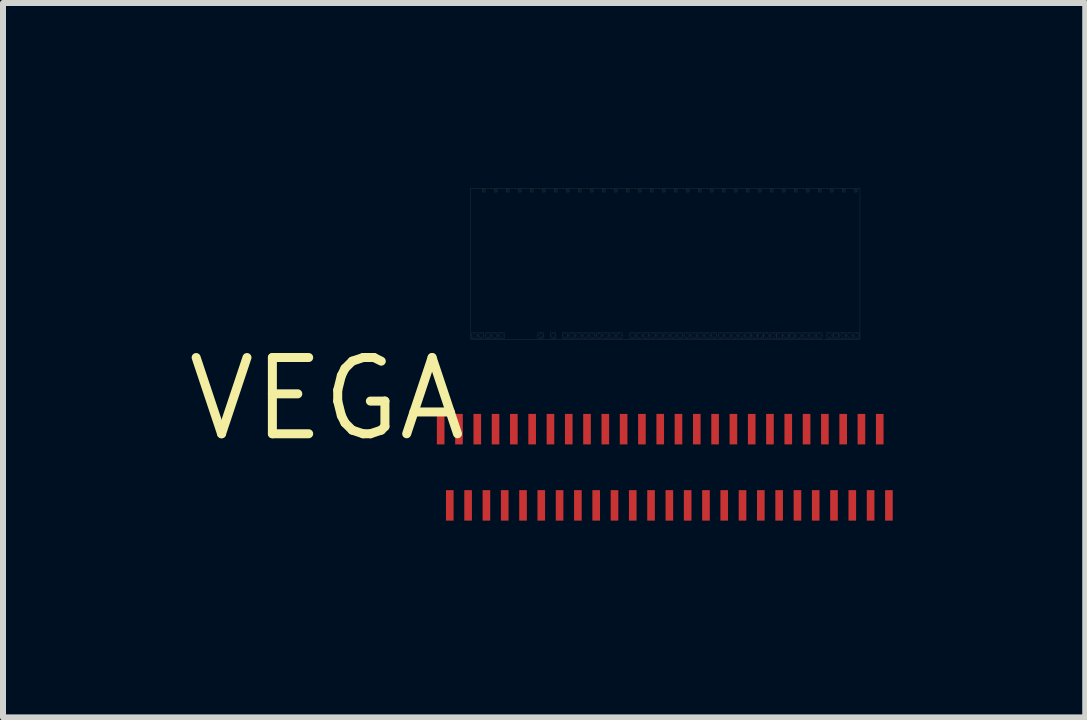
<source format=kicad_pcb>
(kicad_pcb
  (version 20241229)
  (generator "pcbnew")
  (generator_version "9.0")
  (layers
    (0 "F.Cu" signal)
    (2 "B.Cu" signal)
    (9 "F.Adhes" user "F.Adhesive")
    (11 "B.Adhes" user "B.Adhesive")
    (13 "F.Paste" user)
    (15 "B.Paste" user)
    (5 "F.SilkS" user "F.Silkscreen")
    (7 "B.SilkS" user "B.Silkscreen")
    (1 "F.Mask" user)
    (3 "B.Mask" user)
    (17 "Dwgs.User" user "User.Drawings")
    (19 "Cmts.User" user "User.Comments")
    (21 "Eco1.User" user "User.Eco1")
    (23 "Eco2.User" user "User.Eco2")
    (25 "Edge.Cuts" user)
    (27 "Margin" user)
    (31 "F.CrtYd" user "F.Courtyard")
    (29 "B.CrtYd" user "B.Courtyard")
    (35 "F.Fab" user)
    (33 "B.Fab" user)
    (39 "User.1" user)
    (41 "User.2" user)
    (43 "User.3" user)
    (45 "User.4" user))
  (footprint "VEGA"
    (layer "F.Cu")
    (at 4.792 2.854)
    (property "Reference" "VEGA" (at 0 0 0) (layer "F.SilkS") (effects (font (size 1.27 1.27) (thickness 0.15)) (justify right top)))
    (attr through_hole)
    (fp_poly (pts (xy -0.762 1.778) (xy 7.112 1.778) (xy 7.112 0.635) (xy -0.762 0.635)) (stroke (width 0) (type solid)) (fill yes) (layer "F.Mask"))
    (fp_poly (pts (xy -0.635 3.048) (xy 7.239 3.048) (xy 7.239 1.905) (xy -0.635 1.905)) (stroke (width 0) (type solid)) (fill yes) (layer "F.Mask"))
    (fp_poly (pts (xy -0.1 -0.154) (xy 6.6 -0.154) (xy 6.6 -2.854) (xy -0.1 -2.854)) (stroke (width 0) (type solid)) (fill yes) (layer "F.Mask"))
    (fp_line (start 0 -2.765) (end 6.486 -2.765) (stroke (width 0.001) (type solid)) (layer "F.SilkS"))
    (fp_line (start 0 -0.254) (end 0 -2.765) (stroke (width 0.001) (type solid)) (layer "F.SilkS"))
    (fp_line (start 6.486 -2.765) (end 6.486 -0.254) (stroke (width 0.001) (type solid)) (layer "F.SilkS"))
    (fp_line (start 6.486 -0.254) (end 0 -0.254) (stroke (width 0.001) (type solid)) (layer "F.SilkS"))
    (fp_line (start 0.012 -0.362) (end 0.107 -0.362) (stroke (width 0.001) (type solid)) (layer "F.Fab"))
    (fp_line (start 0.012 -0.267) (end 0.012 -0.362) (stroke (width 0.001) (type solid)) (layer "F.Fab"))
    (fp_line (start 0.016 -0.315) (end 0.06 -0.358) (stroke (width 0.001) (type solid)) (layer "F.Fab"))
    (fp_line (start 0.06 -0.358) (end 0.103 -0.315) (stroke (width 0.001) (type solid)) (layer "F.Fab"))
    (fp_line (start 0.06 -0.272) (end 0.016 -0.315) (stroke (width 0.001) (type solid)) (layer "F.Fab"))
    (fp_line (start 0.103 -0.315) (end 0.06 -0.272) (stroke (width 0.001) (type solid)) (layer "F.Fab"))
    (fp_line (start 0.107 -0.362) (end 0.107 -0.267) (stroke (width 0.001) (type solid)) (layer "F.Fab"))
    (fp_line (start 0.107 -0.267) (end 0.012 -0.267) (stroke (width 0.001) (type solid)) (layer "F.Fab"))
    (fp_line (start 0.126 -0.362) (end 0.221 -0.362) (stroke (width 0.001) (type solid)) (layer "F.Fab"))
    (fp_line (start 0.126 -0.267) (end 0.126 -0.362) (stroke (width 0.001) (type solid)) (layer "F.Fab"))
    (fp_line (start 0.13 -0.315) (end 0.173 -0.358) (stroke (width 0.001) (type solid)) (layer "F.Fab"))
    (fp_line (start 0.173 -0.358) (end 0.216 -0.315) (stroke (width 0.001) (type solid)) (layer "F.Fab"))
    (fp_line (start 0.173 -0.272) (end 0.13 -0.315) (stroke (width 0.001) (type solid)) (layer "F.Fab"))
    (fp_line (start 0.191 -2.741) (end 0.201 -2.751) (stroke (width 0.001) (type solid)) (layer "F.Fab"))
    (fp_line (start 0.191 -2.711) (end 0.191 -2.741) (stroke (width 0.001) (type solid)) (layer "F.Fab"))
    (fp_line (start 0.201 -2.751) (end 0.231 -2.751) (stroke (width 0.001) (type solid)) (layer "F.Fab"))
    (fp_line (start 0.201 -2.701) (end 0.191 -2.711) (stroke (width 0.001) (type solid)) (layer "F.Fab"))
    (fp_line (start 0.202 -2.74) (end 0.231 -2.74) (stroke (width 0.001) (type solid)) (layer "F.Fab"))
    (fp_line (start 0.202 -2.711) (end 0.202 -2.74) (stroke (width 0.001) (type solid)) (layer "F.Fab"))
    (fp_line (start 0.216 -0.315) (end 0.173 -0.272) (stroke (width 0.001) (type solid)) (layer "F.Fab"))
    (fp_line (start 0.221 -0.362) (end 0.221 -0.267) (stroke (width 0.001) (type solid)) (layer "F.Fab"))
    (fp_line (start 0.221 -0.267) (end 0.126 -0.267) (stroke (width 0.001) (type solid)) (layer "F.Fab"))
    (fp_line (start 0.231 -2.74) (end 0.231 -2.711) (stroke (width 0.001) (type solid)) (layer "F.Fab"))
    (fp_line (start 0.231 -2.711) (end 0.202 -2.711) (stroke (width 0.001) (type solid)) (layer "F.Fab"))
    (fp_line (start 0.231 -2.751) (end 0.241 -2.741) (stroke (width 0.001) (type solid)) (layer "F.Fab"))
    (fp_line (start 0.231 -2.701) (end 0.201 -2.701) (stroke (width 0.001) (type solid)) (layer "F.Fab"))
    (fp_line (start 0.239 -0.362) (end 0.334 -0.362) (stroke (width 0.001) (type solid)) (layer "F.Fab"))
    (fp_line (start 0.239 -0.267) (end 0.239 -0.362) (stroke (width 0.001) (type solid)) (layer "F.Fab"))
    (fp_line (start 0.241 -2.741) (end 0.241 -2.711) (stroke (width 0.001) (type solid)) (layer "F.Fab"))
    (fp_line (start 0.241 -2.711) (end 0.231 -2.701) (stroke (width 0.001) (type solid)) (layer "F.Fab"))
    (fp_line (start 0.243 -0.315) (end 0.286 -0.358) (stroke (width 0.001) (type solid)) (layer "F.Fab"))
    (fp_line (start 0.286 -0.358) (end 0.33 -0.315) (stroke (width 0.001) (type solid)) (layer "F.Fab"))
    (fp_line (start 0.286 -0.272) (end 0.243 -0.315) (stroke (width 0.001) (type solid)) (layer "F.Fab"))
    (fp_line (start 0.33 -0.315) (end 0.286 -0.272) (stroke (width 0.001) (type solid)) (layer "F.Fab"))
    (fp_line (start 0.334 -0.362) (end 0.334 -0.267) (stroke (width 0.001) (type solid)) (layer "F.Fab"))
    (fp_line (start 0.334 -0.267) (end 0.239 -0.267) (stroke (width 0.001) (type solid)) (layer "F.Fab"))
    (fp_line (start 0.352 -0.362) (end 0.447 -0.362) (stroke (width 0.001) (type solid)) (layer "F.Fab"))
    (fp_line (start 0.352 -0.267) (end 0.352 -0.362) (stroke (width 0.001) (type solid)) (layer "F.Fab"))
    (fp_line (start 0.357 -0.315) (end 0.4 -0.358) (stroke (width 0.001) (type solid)) (layer "F.Fab"))
    (fp_line (start 0.391 -2.741) (end 0.401 -2.751) (stroke (width 0.001) (type solid)) (layer "F.Fab"))
    (fp_line (start 0.391 -2.711) (end 0.391 -2.741) (stroke (width 0.001) (type solid)) (layer "F.Fab"))
    (fp_line (start 0.4 -0.358) (end 0.443 -0.315) (stroke (width 0.001) (type solid)) (layer "F.Fab"))
    (fp_line (start 0.4 -0.272) (end 0.357 -0.315) (stroke (width 0.001) (type solid)) (layer "F.Fab"))
    (fp_line (start 0.401 -2.751) (end 0.431 -2.751) (stroke (width 0.001) (type solid)) (layer "F.Fab"))
    (fp_line (start 0.401 -2.701) (end 0.391 -2.711) (stroke (width 0.001) (type solid)) (layer "F.Fab"))
    (fp_line (start 0.402 -2.74) (end 0.431 -2.74) (stroke (width 0.001) (type solid)) (layer "F.Fab"))
    (fp_line (start 0.402 -2.711) (end 0.402 -2.74) (stroke (width 0.001) (type solid)) (layer "F.Fab"))
    (fp_line (start 0.431 -2.74) (end 0.431 -2.711) (stroke (width 0.001) (type solid)) (layer "F.Fab"))
    (fp_line (start 0.431 -2.711) (end 0.402 -2.711) (stroke (width 0.001) (type solid)) (layer "F.Fab"))
    (fp_line (start 0.431 -2.751) (end 0.441 -2.741) (stroke (width 0.001) (type solid)) (layer "F.Fab"))
    (fp_line (start 0.431 -2.701) (end 0.401 -2.701) (stroke (width 0.001) (type solid)) (layer "F.Fab"))
    (fp_line (start 0.441 -2.741) (end 0.441 -2.711) (stroke (width 0.001) (type solid)) (layer "F.Fab"))
    (fp_line (start 0.441 -2.711) (end 0.431 -2.701) (stroke (width 0.001) (type solid)) (layer "F.Fab"))
    (fp_line (start 0.443 -0.315) (end 0.4 -0.272) (stroke (width 0.001) (type solid)) (layer "F.Fab"))
    (fp_line (start 0.447 -0.362) (end 0.447 -0.267) (stroke (width 0.001) (type solid)) (layer "F.Fab"))
    (fp_line (start 0.447 -0.267) (end 0.352 -0.267) (stroke (width 0.001) (type solid)) (layer "F.Fab"))
    (fp_line (start 0.466 -0.362) (end 0.561 -0.362) (stroke (width 0.001) (type solid)) (layer "F.Fab"))
    (fp_line (start 0.466 -0.267) (end 0.466 -0.362) (stroke (width 0.001) (type solid)) (layer "F.Fab"))
    (fp_line (start 0.47 -0.315) (end 0.513 -0.358) (stroke (width 0.001) (type solid)) (layer "F.Fab"))
    (fp_line (start 0.513 -0.358) (end 0.556 -0.315) (stroke (width 0.001) (type solid)) (layer "F.Fab"))
    (fp_line (start 0.513 -0.272) (end 0.47 -0.315) (stroke (width 0.001) (type solid)) (layer "F.Fab"))
    (fp_line (start 0.556 -0.315) (end 0.513 -0.272) (stroke (width 0.001) (type solid)) (layer "F.Fab"))
    (fp_line (start 0.561 -0.362) (end 0.561 -0.267) (stroke (width 0.001) (type solid)) (layer "F.Fab"))
    (fp_line (start 0.561 -0.267) (end 0.466 -0.267) (stroke (width 0.001) (type solid)) (layer "F.Fab"))
    (fp_line (start 0.591 -2.741) (end 0.601 -2.751) (stroke (width 0.001) (type solid)) (layer "F.Fab"))
    (fp_line (start 0.591 -2.711) (end 0.591 -2.741) (stroke (width 0.001) (type solid)) (layer "F.Fab"))
    (fp_line (start 0.601 -2.751) (end 0.631 -2.751) (stroke (width 0.001) (type solid)) (layer "F.Fab"))
    (fp_line (start 0.601 -2.701) (end 0.591 -2.711) (stroke (width 0.001) (type solid)) (layer "F.Fab"))
    (fp_line (start 0.602 -2.74) (end 0.631 -2.74) (stroke (width 0.001) (type solid)) (layer "F.Fab"))
    (fp_line (start 0.602 -2.711) (end 0.602 -2.74) (stroke (width 0.001) (type solid)) (layer "F.Fab"))
    (fp_line (start 0.631 -2.74) (end 0.631 -2.711) (stroke (width 0.001) (type solid)) (layer "F.Fab"))
    (fp_line (start 0.631 -2.711) (end 0.602 -2.711) (stroke (width 0.001) (type solid)) (layer "F.Fab"))
    (fp_line (start 0.631 -2.751) (end 0.641 -2.741) (stroke (width 0.001) (type solid)) (layer "F.Fab"))
    (fp_line (start 0.631 -2.701) (end 0.601 -2.701) (stroke (width 0.001) (type solid)) (layer "F.Fab"))
    (fp_line (start 0.641 -2.741) (end 0.641 -2.711) (stroke (width 0.001) (type solid)) (layer "F.Fab"))
    (fp_line (start 0.641 -2.711) (end 0.631 -2.701) (stroke (width 0.001) (type solid)) (layer "F.Fab"))
    (fp_line (start 0.791 -2.741) (end 0.801 -2.751) (stroke (width 0.001) (type solid)) (layer "F.Fab"))
    (fp_line (start 0.791 -2.711) (end 0.791 -2.741) (stroke (width 0.001) (type solid)) (layer "F.Fab"))
    (fp_line (start 0.801 -2.751) (end 0.831 -2.751) (stroke (width 0.001) (type solid)) (layer "F.Fab"))
    (fp_line (start 0.801 -2.701) (end 0.791 -2.711) (stroke (width 0.001) (type solid)) (layer "F.Fab"))
    (fp_line (start 0.802 -2.74) (end 0.831 -2.74) (stroke (width 0.001) (type solid)) (layer "F.Fab"))
    (fp_line (start 0.802 -2.711) (end 0.802 -2.74) (stroke (width 0.001) (type solid)) (layer "F.Fab"))
    (fp_line (start 0.831 -2.74) (end 0.831 -2.711) (stroke (width 0.001) (type solid)) (layer "F.Fab"))
    (fp_line (start 0.831 -2.711) (end 0.802 -2.711) (stroke (width 0.001) (type solid)) (layer "F.Fab"))
    (fp_line (start 0.831 -2.751) (end 0.841 -2.741) (stroke (width 0.001) (type solid)) (layer "F.Fab"))
    (fp_line (start 0.831 -2.701) (end 0.801 -2.701) (stroke (width 0.001) (type solid)) (layer "F.Fab"))
    (fp_line (start 0.841 -2.741) (end 0.841 -2.711) (stroke (width 0.001) (type solid)) (layer "F.Fab"))
    (fp_line (start 0.841 -2.711) (end 0.831 -2.701) (stroke (width 0.001) (type solid)) (layer "F.Fab"))
    (fp_line (start 0.991 -2.741) (end 1.001 -2.751) (stroke (width 0.001) (type solid)) (layer "F.Fab"))
    (fp_line (start 0.991 -2.711) (end 0.991 -2.741) (stroke (width 0.001) (type solid)) (layer "F.Fab"))
    (fp_line (start 1.001 -2.751) (end 1.031 -2.751) (stroke (width 0.001) (type solid)) (layer "F.Fab"))
    (fp_line (start 1.001 -2.701) (end 0.991 -2.711) (stroke (width 0.001) (type solid)) (layer "F.Fab"))
    (fp_line (start 1.002 -2.74) (end 1.031 -2.74) (stroke (width 0.001) (type solid)) (layer "F.Fab"))
    (fp_line (start 1.002 -2.711) (end 1.002 -2.74) (stroke (width 0.001) (type solid)) (layer "F.Fab"))
    (fp_line (start 1.031 -2.74) (end 1.031 -2.711) (stroke (width 0.001) (type solid)) (layer "F.Fab"))
    (fp_line (start 1.031 -2.711) (end 1.002 -2.711) (stroke (width 0.001) (type solid)) (layer "F.Fab"))
    (fp_line (start 1.031 -2.751) (end 1.041 -2.741) (stroke (width 0.001) (type solid)) (layer "F.Fab"))
    (fp_line (start 1.031 -2.701) (end 1.001 -2.701) (stroke (width 0.001) (type solid)) (layer "F.Fab"))
    (fp_line (start 1.041 -2.741) (end 1.041 -2.711) (stroke (width 0.001) (type solid)) (layer "F.Fab"))
    (fp_line (start 1.041 -2.711) (end 1.031 -2.701) (stroke (width 0.001) (type solid)) (layer "F.Fab"))
    (fp_line (start 1.12 -0.362) (end 1.215 -0.362) (stroke (width 0.001) (type solid)) (layer "F.Fab"))
    (fp_line (start 1.12 -0.267) (end 1.12 -0.362) (stroke (width 0.001) (type solid)) (layer "F.Fab"))
    (fp_line (start 1.125 -0.315) (end 1.168 -0.358) (stroke (width 0.001) (type solid)) (layer "F.Fab"))
    (fp_line (start 1.168 -0.358) (end 1.211 -0.315) (stroke (width 0.001) (type solid)) (layer "F.Fab"))
    (fp_line (start 1.168 -0.272) (end 1.125 -0.315) (stroke (width 0.001) (type solid)) (layer "F.Fab"))
    (fp_line (start 1.191 -2.741) (end 1.201 -2.751) (stroke (width 0.001) (type solid)) (layer "F.Fab"))
    (fp_line (start 1.191 -2.711) (end 1.191 -2.741) (stroke (width 0.001) (type solid)) (layer "F.Fab"))
    (fp_line (start 1.201 -2.751) (end 1.231 -2.751) (stroke (width 0.001) (type solid)) (layer "F.Fab"))
    (fp_line (start 1.201 -2.701) (end 1.191 -2.711) (stroke (width 0.001) (type solid)) (layer "F.Fab"))
    (fp_line (start 1.202 -2.74) (end 1.231 -2.74) (stroke (width 0.001) (type solid)) (layer "F.Fab"))
    (fp_line (start 1.202 -2.711) (end 1.202 -2.74) (stroke (width 0.001) (type solid)) (layer "F.Fab"))
    (fp_line (start 1.211 -0.315) (end 1.168 -0.272) (stroke (width 0.001) (type solid)) (layer "F.Fab"))
    (fp_line (start 1.215 -0.362) (end 1.215 -0.267) (stroke (width 0.001) (type solid)) (layer "F.Fab"))
    (fp_line (start 1.215 -0.267) (end 1.12 -0.267) (stroke (width 0.001) (type solid)) (layer "F.Fab"))
    (fp_line (start 1.231 -2.74) (end 1.231 -2.711) (stroke (width 0.001) (type solid)) (layer "F.Fab"))
    (fp_line (start 1.231 -2.711) (end 1.202 -2.711) (stroke (width 0.001) (type solid)) (layer "F.Fab"))
    (fp_line (start 1.231 -2.751) (end 1.241 -2.741) (stroke (width 0.001) (type solid)) (layer "F.Fab"))
    (fp_line (start 1.231 -2.701) (end 1.201 -2.701) (stroke (width 0.001) (type solid)) (layer "F.Fab"))
    (fp_line (start 1.241 -2.741) (end 1.241 -2.711) (stroke (width 0.001) (type solid)) (layer "F.Fab"))
    (fp_line (start 1.241 -2.711) (end 1.231 -2.701) (stroke (width 0.001) (type solid)) (layer "F.Fab"))
    (fp_line (start 1.325 -0.362) (end 1.42 -0.362) (stroke (width 0.001) (type solid)) (layer "F.Fab"))
    (fp_line (start 1.325 -0.267) (end 1.325 -0.362) (stroke (width 0.001) (type solid)) (layer "F.Fab"))
    (fp_line (start 1.33 -0.315) (end 1.373 -0.358) (stroke (width 0.001) (type solid)) (layer "F.Fab"))
    (fp_line (start 1.373 -0.358) (end 1.416 -0.315) (stroke (width 0.001) (type solid)) (layer "F.Fab"))
    (fp_line (start 1.373 -0.272) (end 1.33 -0.315) (stroke (width 0.001) (type solid)) (layer "F.Fab"))
    (fp_line (start 1.391 -2.741) (end 1.401 -2.751) (stroke (width 0.001) (type solid)) (layer "F.Fab"))
    (fp_line (start 1.391 -2.711) (end 1.391 -2.741) (stroke (width 0.001) (type solid)) (layer "F.Fab"))
    (fp_line (start 1.401 -2.751) (end 1.431 -2.751) (stroke (width 0.001) (type solid)) (layer "F.Fab"))
    (fp_line (start 1.401 -2.701) (end 1.391 -2.711) (stroke (width 0.001) (type solid)) (layer "F.Fab"))
    (fp_line (start 1.402 -2.74) (end 1.431 -2.74) (stroke (width 0.001) (type solid)) (layer "F.Fab"))
    (fp_line (start 1.402 -2.711) (end 1.402 -2.74) (stroke (width 0.001) (type solid)) (layer "F.Fab"))
    (fp_line (start 1.416 -0.315) (end 1.373 -0.272) (stroke (width 0.001) (type solid)) (layer "F.Fab"))
    (fp_line (start 1.42 -0.362) (end 1.42 -0.267) (stroke (width 0.001) (type solid)) (layer "F.Fab"))
    (fp_line (start 1.42 -0.267) (end 1.325 -0.267) (stroke (width 0.001) (type solid)) (layer "F.Fab"))
    (fp_line (start 1.431 -2.74) (end 1.431 -2.711) (stroke (width 0.001) (type solid)) (layer "F.Fab"))
    (fp_line (start 1.431 -2.711) (end 1.402 -2.711) (stroke (width 0.001) (type solid)) (layer "F.Fab"))
    (fp_line (start 1.431 -2.751) (end 1.441 -2.741) (stroke (width 0.001) (type solid)) (layer "F.Fab"))
    (fp_line (start 1.431 -2.701) (end 1.401 -2.701) (stroke (width 0.001) (type solid)) (layer "F.Fab"))
    (fp_line (start 1.441 -2.741) (end 1.441 -2.711) (stroke (width 0.001) (type solid)) (layer "F.Fab"))
    (fp_line (start 1.441 -2.711) (end 1.431 -2.701) (stroke (width 0.001) (type solid)) (layer "F.Fab"))
    (fp_line (start 1.523 -0.362) (end 1.618 -0.362) (stroke (width 0.001) (type solid)) (layer "F.Fab"))
    (fp_line (start 1.523 -0.267) (end 1.523 -0.362) (stroke (width 0.001) (type solid)) (layer "F.Fab"))
    (fp_line (start 1.527 -0.315) (end 1.57 -0.358) (stroke (width 0.001) (type solid)) (layer "F.Fab"))
    (fp_line (start 1.57 -0.358) (end 1.613 -0.315) (stroke (width 0.001) (type solid)) (layer "F.Fab"))
    (fp_line (start 1.57 -0.272) (end 1.527 -0.315) (stroke (width 0.001) (type solid)) (layer "F.Fab"))
    (fp_line (start 1.591 -2.741) (end 1.601 -2.751) (stroke (width 0.001) (type solid)) (layer "F.Fab"))
    (fp_line (start 1.591 -2.711) (end 1.591 -2.741) (stroke (width 0.001) (type solid)) (layer "F.Fab"))
    (fp_line (start 1.601 -2.751) (end 1.631 -2.751) (stroke (width 0.001) (type solid)) (layer "F.Fab"))
    (fp_line (start 1.601 -2.701) (end 1.591 -2.711) (stroke (width 0.001) (type solid)) (layer "F.Fab"))
    (fp_line (start 1.602 -2.74) (end 1.631 -2.74) (stroke (width 0.001) (type solid)) (layer "F.Fab"))
    (fp_line (start 1.602 -2.711) (end 1.602 -2.74) (stroke (width 0.001) (type solid)) (layer "F.Fab"))
    (fp_line (start 1.613 -0.315) (end 1.57 -0.272) (stroke (width 0.001) (type solid)) (layer "F.Fab"))
    (fp_line (start 1.618 -0.362) (end 1.618 -0.267) (stroke (width 0.001) (type solid)) (layer "F.Fab"))
    (fp_line (start 1.618 -0.267) (end 1.523 -0.267) (stroke (width 0.001) (type solid)) (layer "F.Fab"))
    (fp_line (start 1.631 -2.74) (end 1.631 -2.711) (stroke (width 0.001) (type solid)) (layer "F.Fab"))
    (fp_line (start 1.631 -2.711) (end 1.602 -2.711) (stroke (width 0.001) (type solid)) (layer "F.Fab"))
    (fp_line (start 1.631 -2.751) (end 1.641 -2.741) (stroke (width 0.001) (type solid)) (layer "F.Fab"))
    (fp_line (start 1.631 -2.701) (end 1.601 -2.701) (stroke (width 0.001) (type solid)) (layer "F.Fab"))
    (fp_line (start 1.636 -0.362) (end 1.731 -0.362) (stroke (width 0.001) (type solid)) (layer "F.Fab"))
    (fp_line (start 1.636 -0.267) (end 1.636 -0.362) (stroke (width 0.001) (type solid)) (layer "F.Fab"))
    (fp_line (start 1.64 -0.315) (end 1.683 -0.358) (stroke (width 0.001) (type solid)) (layer "F.Fab"))
    (fp_line (start 1.641 -2.741) (end 1.641 -2.711) (stroke (width 0.001) (type solid)) (layer "F.Fab"))
    (fp_line (start 1.641 -2.711) (end 1.631 -2.701) (stroke (width 0.001) (type solid)) (layer "F.Fab"))
    (fp_line (start 1.683 -0.358) (end 1.727 -0.315) (stroke (width 0.001) (type solid)) (layer "F.Fab"))
    (fp_line (start 1.683 -0.272) (end 1.64 -0.315) (stroke (width 0.001) (type solid)) (layer "F.Fab"))
    (fp_line (start 1.727 -0.315) (end 1.683 -0.272) (stroke (width 0.001) (type solid)) (layer "F.Fab"))
    (fp_line (start 1.731 -0.362) (end 1.731 -0.267) (stroke (width 0.001) (type solid)) (layer "F.Fab"))
    (fp_line (start 1.731 -0.267) (end 1.636 -0.267) (stroke (width 0.001) (type solid)) (layer "F.Fab"))
    (fp_line (start 1.749 -0.362) (end 1.844 -0.362) (stroke (width 0.001) (type solid)) (layer "F.Fab"))
    (fp_line (start 1.749 -0.267) (end 1.749 -0.362) (stroke (width 0.001) (type solid)) (layer "F.Fab"))
    (fp_line (start 1.754 -0.315) (end 1.797 -0.358) (stroke (width 0.001) (type solid)) (layer "F.Fab"))
    (fp_line (start 1.791 -2.741) (end 1.801 -2.751) (stroke (width 0.001) (type solid)) (layer "F.Fab"))
    (fp_line (start 1.791 -2.711) (end 1.791 -2.741) (stroke (width 0.001) (type solid)) (layer "F.Fab"))
    (fp_line (start 1.797 -0.358) (end 1.84 -0.315) (stroke (width 0.001) (type solid)) (layer "F.Fab"))
    (fp_line (start 1.797 -0.272) (end 1.754 -0.315) (stroke (width 0.001) (type solid)) (layer "F.Fab"))
    (fp_line (start 1.801 -2.751) (end 1.831 -2.751) (stroke (width 0.001) (type solid)) (layer "F.Fab"))
    (fp_line (start 1.801 -2.701) (end 1.791 -2.711) (stroke (width 0.001) (type solid)) (layer "F.Fab"))
    (fp_line (start 1.802 -2.74) (end 1.831 -2.74) (stroke (width 0.001) (type solid)) (layer "F.Fab"))
    (fp_line (start 1.802 -2.711) (end 1.802 -2.74) (stroke (width 0.001) (type solid)) (layer "F.Fab"))
    (fp_line (start 1.831 -2.74) (end 1.831 -2.711) (stroke (width 0.001) (type solid)) (layer "F.Fab"))
    (fp_line (start 1.831 -2.711) (end 1.802 -2.711) (stroke (width 0.001) (type solid)) (layer "F.Fab"))
    (fp_line (start 1.831 -2.751) (end 1.841 -2.741) (stroke (width 0.001) (type solid)) (layer "F.Fab"))
    (fp_line (start 1.831 -2.701) (end 1.801 -2.701) (stroke (width 0.001) (type solid)) (layer "F.Fab"))
    (fp_line (start 1.84 -0.315) (end 1.797 -0.272) (stroke (width 0.001) (type solid)) (layer "F.Fab"))
    (fp_line (start 1.841 -2.741) (end 1.841 -2.711) (stroke (width 0.001) (type solid)) (layer "F.Fab"))
    (fp_line (start 1.841 -2.711) (end 1.831 -2.701) (stroke (width 0.001) (type solid)) (layer "F.Fab"))
    (fp_line (start 1.844 -0.362) (end 1.844 -0.267) (stroke (width 0.001) (type solid)) (layer "F.Fab"))
    (fp_line (start 1.844 -0.267) (end 1.749 -0.267) (stroke (width 0.001) (type solid)) (layer "F.Fab"))
    (fp_line (start 1.863 -0.362) (end 1.958 -0.362) (stroke (width 0.001) (type solid)) (layer "F.Fab"))
    (fp_line (start 1.863 -0.267) (end 1.863 -0.362) (stroke (width 0.001) (type solid)) (layer "F.Fab"))
    (fp_line (start 1.867 -0.315) (end 1.91 -0.358) (stroke (width 0.001) (type solid)) (layer "F.Fab"))
    (fp_line (start 1.91 -0.358) (end 1.953 -0.315) (stroke (width 0.001) (type solid)) (layer "F.Fab"))
    (fp_line (start 1.91 -0.272) (end 1.867 -0.315) (stroke (width 0.001) (type solid)) (layer "F.Fab"))
    (fp_line (start 1.953 -0.315) (end 1.91 -0.272) (stroke (width 0.001) (type solid)) (layer "F.Fab"))
    (fp_line (start 1.958 -0.362) (end 1.958 -0.267) (stroke (width 0.001) (type solid)) (layer "F.Fab"))
    (fp_line (start 1.958 -0.267) (end 1.863 -0.267) (stroke (width 0.001) (type solid)) (layer "F.Fab"))
    (fp_line (start 1.976 -0.362) (end 2.071 -0.362) (stroke (width 0.001) (type solid)) (layer "F.Fab"))
    (fp_line (start 1.976 -0.267) (end 1.976 -0.362) (stroke (width 0.001) (type solid)) (layer "F.Fab"))
    (fp_line (start 1.981 -0.315) (end 2.024 -0.358) (stroke (width 0.001) (type solid)) (layer "F.Fab"))
    (fp_line (start 1.991 -2.741) (end 2.001 -2.751) (stroke (width 0.001) (type solid)) (layer "F.Fab"))
    (fp_line (start 1.991 -2.711) (end 1.991 -2.741) (stroke (width 0.001) (type solid)) (layer "F.Fab"))
    (fp_line (start 2.001 -2.751) (end 2.031 -2.751) (stroke (width 0.001) (type solid)) (layer "F.Fab"))
    (fp_line (start 2.001 -2.701) (end 1.991 -2.711) (stroke (width 0.001) (type solid)) (layer "F.Fab"))
    (fp_line (start 2.002 -2.74) (end 2.031 -2.74) (stroke (width 0.001) (type solid)) (layer "F.Fab"))
    (fp_line (start 2.002 -2.711) (end 2.002 -2.74) (stroke (width 0.001) (type solid)) (layer "F.Fab"))
    (fp_line (start 2.024 -0.358) (end 2.067 -0.315) (stroke (width 0.001) (type solid)) (layer "F.Fab"))
    (fp_line (start 2.024 -0.272) (end 1.981 -0.315) (stroke (width 0.001) (type solid)) (layer "F.Fab"))
    (fp_line (start 2.031 -2.74) (end 2.031 -2.711) (stroke (width 0.001) (type solid)) (layer "F.Fab"))
    (fp_line (start 2.031 -2.711) (end 2.002 -2.711) (stroke (width 0.001) (type solid)) (layer "F.Fab"))
    (fp_line (start 2.031 -2.751) (end 2.041 -2.741) (stroke (width 0.001) (type solid)) (layer "F.Fab"))
    (fp_line (start 2.031 -2.701) (end 2.001 -2.701) (stroke (width 0.001) (type solid)) (layer "F.Fab"))
    (fp_line (start 2.041 -2.741) (end 2.041 -2.711) (stroke (width 0.001) (type solid)) (layer "F.Fab"))
    (fp_line (start 2.041 -2.711) (end 2.031 -2.701) (stroke (width 0.001) (type solid)) (layer "F.Fab"))
    (fp_line (start 2.067 -0.315) (end 2.024 -0.272) (stroke (width 0.001) (type solid)) (layer "F.Fab"))
    (fp_line (start 2.071 -0.362) (end 2.071 -0.267) (stroke (width 0.001) (type solid)) (layer "F.Fab"))
    (fp_line (start 2.071 -0.267) (end 1.976 -0.267) (stroke (width 0.001) (type solid)) (layer "F.Fab"))
    (fp_line (start 2.09 -0.362) (end 2.185 -0.362) (stroke (width 0.001) (type solid)) (layer "F.Fab"))
    (fp_line (start 2.09 -0.267) (end 2.09 -0.362) (stroke (width 0.001) (type solid)) (layer "F.Fab"))
    (fp_line (start 2.094 -0.315) (end 2.137 -0.358) (stroke (width 0.001) (type solid)) (layer "F.Fab"))
    (fp_line (start 2.137 -0.358) (end 2.18 -0.315) (stroke (width 0.001) (type solid)) (layer "F.Fab"))
    (fp_line (start 2.137 -0.272) (end 2.094 -0.315) (stroke (width 0.001) (type solid)) (layer "F.Fab"))
    (fp_line (start 2.18 -0.315) (end 2.137 -0.272) (stroke (width 0.001) (type solid)) (layer "F.Fab"))
    (fp_line (start 2.185 -0.362) (end 2.185 -0.267) (stroke (width 0.001) (type solid)) (layer "F.Fab"))
    (fp_line (start 2.185 -0.267) (end 2.09 -0.267) (stroke (width 0.001) (type solid)) (layer "F.Fab"))
    (fp_line (start 2.191 -2.741) (end 2.201 -2.751) (stroke (width 0.001) (type solid)) (layer "F.Fab"))
    (fp_line (start 2.191 -2.711) (end 2.191 -2.741) (stroke (width 0.001) (type solid)) (layer "F.Fab"))
    (fp_line (start 2.201 -2.751) (end 2.231 -2.751) (stroke (width 0.001) (type solid)) (layer "F.Fab"))
    (fp_line (start 2.201 -2.701) (end 2.191 -2.711) (stroke (width 0.001) (type solid)) (layer "F.Fab"))
    (fp_line (start 2.202 -2.74) (end 2.231 -2.74) (stroke (width 0.001) (type solid)) (layer "F.Fab"))
    (fp_line (start 2.202 -2.711) (end 2.202 -2.74) (stroke (width 0.001) (type solid)) (layer "F.Fab"))
    (fp_line (start 2.203 -0.362) (end 2.298 -0.362) (stroke (width 0.001) (type solid)) (layer "F.Fab"))
    (fp_line (start 2.203 -0.267) (end 2.203 -0.362) (stroke (width 0.001) (type solid)) (layer "F.Fab"))
    (fp_line (start 2.207 -0.315) (end 2.251 -0.358) (stroke (width 0.001) (type solid)) (layer "F.Fab"))
    (fp_line (start 2.231 -2.74) (end 2.231 -2.711) (stroke (width 0.001) (type solid)) (layer "F.Fab"))
    (fp_line (start 2.231 -2.711) (end 2.202 -2.711) (stroke (width 0.001) (type solid)) (layer "F.Fab"))
    (fp_line (start 2.231 -2.751) (end 2.241 -2.741) (stroke (width 0.001) (type solid)) (layer "F.Fab"))
    (fp_line (start 2.231 -2.701) (end 2.201 -2.701) (stroke (width 0.001) (type solid)) (layer "F.Fab"))
    (fp_line (start 2.241 -2.741) (end 2.241 -2.711) (stroke (width 0.001) (type solid)) (layer "F.Fab"))
    (fp_line (start 2.241 -2.711) (end 2.231 -2.701) (stroke (width 0.001) (type solid)) (layer "F.Fab"))
    (fp_line (start 2.251 -0.358) (end 2.294 -0.315) (stroke (width 0.001) (type solid)) (layer "F.Fab"))
    (fp_line (start 2.251 -0.272) (end 2.207 -0.315) (stroke (width 0.001) (type solid)) (layer "F.Fab"))
    (fp_line (start 2.294 -0.315) (end 2.251 -0.272) (stroke (width 0.001) (type solid)) (layer "F.Fab"))
    (fp_line (start 2.298 -0.362) (end 2.298 -0.267) (stroke (width 0.001) (type solid)) (layer "F.Fab"))
    (fp_line (start 2.298 -0.267) (end 2.203 -0.267) (stroke (width 0.001) (type solid)) (layer "F.Fab"))
    (fp_line (start 2.316 -0.362) (end 2.411 -0.362) (stroke (width 0.001) (type solid)) (layer "F.Fab"))
    (fp_line (start 2.316 -0.267) (end 2.316 -0.362) (stroke (width 0.001) (type solid)) (layer "F.Fab"))
    (fp_line (start 2.321 -0.315) (end 2.364 -0.358) (stroke (width 0.001) (type solid)) (layer "F.Fab"))
    (fp_line (start 2.364 -0.358) (end 2.407 -0.315) (stroke (width 0.001) (type solid)) (layer "F.Fab"))
    (fp_line (start 2.364 -0.272) (end 2.321 -0.315) (stroke (width 0.001) (type solid)) (layer "F.Fab"))
    (fp_line (start 2.391 -2.741) (end 2.401 -2.751) (stroke (width 0.001) (type solid)) (layer "F.Fab"))
    (fp_line (start 2.391 -2.711) (end 2.391 -2.741) (stroke (width 0.001) (type solid)) (layer "F.Fab"))
    (fp_line (start 2.401 -2.751) (end 2.431 -2.751) (stroke (width 0.001) (type solid)) (layer "F.Fab"))
    (fp_line (start 2.401 -2.701) (end 2.391 -2.711) (stroke (width 0.001) (type solid)) (layer "F.Fab"))
    (fp_line (start 2.402 -2.74) (end 2.431 -2.74) (stroke (width 0.001) (type solid)) (layer "F.Fab"))
    (fp_line (start 2.402 -2.711) (end 2.402 -2.74) (stroke (width 0.001) (type solid)) (layer "F.Fab"))
    (fp_line (start 2.407 -0.315) (end 2.364 -0.272) (stroke (width 0.001) (type solid)) (layer "F.Fab"))
    (fp_line (start 2.411 -0.362) (end 2.411 -0.267) (stroke (width 0.001) (type solid)) (layer "F.Fab"))
    (fp_line (start 2.411 -0.267) (end 2.316 -0.267) (stroke (width 0.001) (type solid)) (layer "F.Fab"))
    (fp_line (start 2.43 -0.362) (end 2.525 -0.362) (stroke (width 0.001) (type solid)) (layer "F.Fab"))
    (fp_line (start 2.43 -0.267) (end 2.43 -0.362) (stroke (width 0.001) (type solid)) (layer "F.Fab"))
    (fp_line (start 2.431 -2.74) (end 2.431 -2.711) (stroke (width 0.001) (type solid)) (layer "F.Fab"))
    (fp_line (start 2.431 -2.711) (end 2.402 -2.711) (stroke (width 0.001) (type solid)) (layer "F.Fab"))
    (fp_line (start 2.431 -2.751) (end 2.441 -2.741) (stroke (width 0.001) (type solid)) (layer "F.Fab"))
    (fp_line (start 2.431 -2.701) (end 2.401 -2.701) (stroke (width 0.001) (type solid)) (layer "F.Fab"))
    (fp_line (start 2.434 -0.315) (end 2.477 -0.358) (stroke (width 0.001) (type solid)) (layer "F.Fab"))
    (fp_line (start 2.441 -2.741) (end 2.441 -2.711) (stroke (width 0.001) (type solid)) (layer "F.Fab"))
    (fp_line (start 2.441 -2.711) (end 2.431 -2.701) (stroke (width 0.001) (type solid)) (layer "F.Fab"))
    (fp_line (start 2.477 -0.358) (end 2.52 -0.315) (stroke (width 0.001) (type solid)) (layer "F.Fab"))
    (fp_line (start 2.477 -0.272) (end 2.434 -0.315) (stroke (width 0.001) (type solid)) (layer "F.Fab"))
    (fp_line (start 2.52 -0.315) (end 2.477 -0.272) (stroke (width 0.001) (type solid)) (layer "F.Fab"))
    (fp_line (start 2.525 -0.362) (end 2.525 -0.267) (stroke (width 0.001) (type solid)) (layer "F.Fab"))
    (fp_line (start 2.525 -0.267) (end 2.43 -0.267) (stroke (width 0.001) (type solid)) (layer "F.Fab"))
    (fp_line (start 2.591 -2.741) (end 2.601 -2.751) (stroke (width 0.001) (type solid)) (layer "F.Fab"))
    (fp_line (start 2.591 -2.711) (end 2.591 -2.741) (stroke (width 0.001) (type solid)) (layer "F.Fab"))
    (fp_line (start 2.601 -2.751) (end 2.631 -2.751) (stroke (width 0.001) (type solid)) (layer "F.Fab"))
    (fp_line (start 2.601 -2.701) (end 2.591 -2.711) (stroke (width 0.001) (type solid)) (layer "F.Fab"))
    (fp_line (start 2.602 -2.74) (end 2.631 -2.74) (stroke (width 0.001) (type solid)) (layer "F.Fab"))
    (fp_line (start 2.602 -2.711) (end 2.602 -2.74) (stroke (width 0.001) (type solid)) (layer "F.Fab"))
    (fp_line (start 2.631 -2.74) (end 2.631 -2.711) (stroke (width 0.001) (type solid)) (layer "F.Fab"))
    (fp_line (start 2.631 -2.711) (end 2.602 -2.711) (stroke (width 0.001) (type solid)) (layer "F.Fab"))
    (fp_line (start 2.631 -2.751) (end 2.641 -2.741) (stroke (width 0.001) (type solid)) (layer "F.Fab"))
    (fp_line (start 2.631 -2.701) (end 2.601 -2.701) (stroke (width 0.001) (type solid)) (layer "F.Fab"))
    (fp_line (start 2.641 -2.741) (end 2.641 -2.711) (stroke (width 0.001) (type solid)) (layer "F.Fab"))
    (fp_line (start 2.641 -2.711) (end 2.631 -2.701) (stroke (width 0.001) (type solid)) (layer "F.Fab"))
    (fp_line (start 2.647 -0.362) (end 2.742 -0.362) (stroke (width 0.001) (type solid)) (layer "F.Fab"))
    (fp_line (start 2.647 -0.267) (end 2.647 -0.362) (stroke (width 0.001) (type solid)) (layer "F.Fab"))
    (fp_line (start 2.651 -0.315) (end 2.694 -0.358) (stroke (width 0.001) (type solid)) (layer "F.Fab"))
    (fp_line (start 2.694 -0.358) (end 2.737 -0.315) (stroke (width 0.001) (type solid)) (layer "F.Fab"))
    (fp_line (start 2.694 -0.272) (end 2.651 -0.315) (stroke (width 0.001) (type solid)) (layer "F.Fab"))
    (fp_line (start 2.737 -0.315) (end 2.694 -0.272) (stroke (width 0.001) (type solid)) (layer "F.Fab"))
    (fp_line (start 2.742 -0.362) (end 2.742 -0.267) (stroke (width 0.001) (type solid)) (layer "F.Fab"))
    (fp_line (start 2.742 -0.267) (end 2.647 -0.267) (stroke (width 0.001) (type solid)) (layer "F.Fab"))
    (fp_line (start 2.76 -0.362) (end 2.855 -0.362) (stroke (width 0.001) (type solid)) (layer "F.Fab"))
    (fp_line (start 2.76 -0.267) (end 2.76 -0.362) (stroke (width 0.001) (type solid)) (layer "F.Fab"))
    (fp_line (start 2.765 -0.315) (end 2.808 -0.358) (stroke (width 0.001) (type solid)) (layer "F.Fab"))
    (fp_line (start 2.791 -2.741) (end 2.801 -2.751) (stroke (width 0.001) (type solid)) (layer "F.Fab"))
    (fp_line (start 2.791 -2.711) (end 2.791 -2.741) (stroke (width 0.001) (type solid)) (layer "F.Fab"))
    (fp_line (start 2.801 -2.751) (end 2.831 -2.751) (stroke (width 0.001) (type solid)) (layer "F.Fab"))
    (fp_line (start 2.801 -2.701) (end 2.791 -2.711) (stroke (width 0.001) (type solid)) (layer "F.Fab"))
    (fp_line (start 2.802 -2.74) (end 2.831 -2.74) (stroke (width 0.001) (type solid)) (layer "F.Fab"))
    (fp_line (start 2.802 -2.711) (end 2.802 -2.74) (stroke (width 0.001) (type solid)) (layer "F.Fab"))
    (fp_line (start 2.808 -0.358) (end 2.851 -0.315) (stroke (width 0.001) (type solid)) (layer "F.Fab"))
    (fp_line (start 2.808 -0.272) (end 2.765 -0.315) (stroke (width 0.001) (type solid)) (layer "F.Fab"))
    (fp_line (start 2.831 -2.74) (end 2.831 -2.711) (stroke (width 0.001) (type solid)) (layer "F.Fab"))
    (fp_line (start 2.831 -2.711) (end 2.802 -2.711) (stroke (width 0.001) (type solid)) (layer "F.Fab"))
    (fp_line (start 2.831 -2.751) (end 2.841 -2.741) (stroke (width 0.001) (type solid)) (layer "F.Fab"))
    (fp_line (start 2.831 -2.701) (end 2.801 -2.701) (stroke (width 0.001) (type solid)) (layer "F.Fab"))
    (fp_line (start 2.841 -2.741) (end 2.841 -2.711) (stroke (width 0.001) (type solid)) (layer "F.Fab"))
    (fp_line (start 2.841 -2.711) (end 2.831 -2.701) (stroke (width 0.001) (type solid)) (layer "F.Fab"))
    (fp_line (start 2.851 -0.315) (end 2.808 -0.272) (stroke (width 0.001) (type solid)) (layer "F.Fab"))
    (fp_line (start 2.855 -0.362) (end 2.855 -0.267) (stroke (width 0.001) (type solid)) (layer "F.Fab"))
    (fp_line (start 2.855 -0.267) (end 2.76 -0.267) (stroke (width 0.001) (type solid)) (layer "F.Fab"))
    (fp_line (start 2.874 -0.362) (end 2.969 -0.362) (stroke (width 0.001) (type solid)) (layer "F.Fab"))
    (fp_line (start 2.874 -0.267) (end 2.874 -0.362) (stroke (width 0.001) (type solid)) (layer "F.Fab"))
    (fp_line (start 2.878 -0.315) (end 2.921 -0.358) (stroke (width 0.001) (type solid)) (layer "F.Fab"))
    (fp_line (start 2.921 -0.358) (end 2.964 -0.315) (stroke (width 0.001) (type solid)) (layer "F.Fab"))
    (fp_line (start 2.921 -0.272) (end 2.878 -0.315) (stroke (width 0.001) (type solid)) (layer "F.Fab"))
    (fp_line (start 2.964 -0.315) (end 2.921 -0.272) (stroke (width 0.001) (type solid)) (layer "F.Fab"))
    (fp_line (start 2.969 -0.362) (end 2.969 -0.267) (stroke (width 0.001) (type solid)) (layer "F.Fab"))
    (fp_line (start 2.969 -0.267) (end 2.874 -0.267) (stroke (width 0.001) (type solid)) (layer "F.Fab"))
    (fp_line (start 2.987 -0.362) (end 3.082 -0.362) (stroke (width 0.001) (type solid)) (layer "F.Fab"))
    (fp_line (start 2.987 -0.267) (end 2.987 -0.362) (stroke (width 0.001) (type solid)) (layer "F.Fab"))
    (fp_line (start 2.991 -0.315) (end 3.034 -0.358) (stroke (width 0.001) (type solid)) (layer "F.Fab"))
    (fp_line (start 2.991 -2.741) (end 3.001 -2.751) (stroke (width 0.001) (type solid)) (layer "F.Fab"))
    (fp_line (start 2.991 -2.711) (end 2.991 -2.741) (stroke (width 0.001) (type solid)) (layer "F.Fab"))
    (fp_line (start 3.001 -2.751) (end 3.031 -2.751) (stroke (width 0.001) (type solid)) (layer "F.Fab"))
    (fp_line (start 3.001 -2.701) (end 2.991 -2.711) (stroke (width 0.001) (type solid)) (layer "F.Fab"))
    (fp_line (start 3.002 -2.74) (end 3.031 -2.74) (stroke (width 0.001) (type solid)) (layer "F.Fab"))
    (fp_line (start 3.002 -2.711) (end 3.002 -2.74) (stroke (width 0.001) (type solid)) (layer "F.Fab"))
    (fp_line (start 3.031 -2.74) (end 3.031 -2.711) (stroke (width 0.001) (type solid)) (layer "F.Fab"))
    (fp_line (start 3.031 -2.711) (end 3.002 -2.711) (stroke (width 0.001) (type solid)) (layer "F.Fab"))
    (fp_line (start 3.031 -2.751) (end 3.041 -2.741) (stroke (width 0.001) (type solid)) (layer "F.Fab"))
    (fp_line (start 3.031 -2.701) (end 3.001 -2.701) (stroke (width 0.001) (type solid)) (layer "F.Fab"))
    (fp_line (start 3.034 -0.358) (end 3.078 -0.315) (stroke (width 0.001) (type solid)) (layer "F.Fab"))
    (fp_line (start 3.034 -0.272) (end 2.991 -0.315) (stroke (width 0.001) (type solid)) (layer "F.Fab"))
    (fp_line (start 3.041 -2.741) (end 3.041 -2.711) (stroke (width 0.001) (type solid)) (layer "F.Fab"))
    (fp_line (start 3.041 -2.711) (end 3.031 -2.701) (stroke (width 0.001) (type solid)) (layer "F.Fab"))
    (fp_line (start 3.078 -0.315) (end 3.034 -0.272) (stroke (width 0.001) (type solid)) (layer "F.Fab"))
    (fp_line (start 3.082 -0.362) (end 3.082 -0.267) (stroke (width 0.001) (type solid)) (layer "F.Fab"))
    (fp_line (start 3.082 -0.267) (end 2.987 -0.267) (stroke (width 0.001) (type solid)) (layer "F.Fab"))
    (fp_line (start 3.1 -0.362) (end 3.195 -0.362) (stroke (width 0.001) (type solid)) (layer "F.Fab"))
    (fp_line (start 3.1 -0.267) (end 3.1 -0.362) (stroke (width 0.001) (type solid)) (layer "F.Fab"))
    (fp_line (start 3.105 -0.315) (end 3.148 -0.358) (stroke (width 0.001) (type solid)) (layer "F.Fab"))
    (fp_line (start 3.148 -0.358) (end 3.191 -0.315) (stroke (width 0.001) (type solid)) (layer "F.Fab"))
    (fp_line (start 3.148 -0.272) (end 3.105 -0.315) (stroke (width 0.001) (type solid)) (layer "F.Fab"))
    (fp_line (start 3.191 -0.315) (end 3.148 -0.272) (stroke (width 0.001) (type solid)) (layer "F.Fab"))
    (fp_line (start 3.191 -2.741) (end 3.201 -2.751) (stroke (width 0.001) (type solid)) (layer "F.Fab"))
    (fp_line (start 3.191 -2.711) (end 3.191 -2.741) (stroke (width 0.001) (type solid)) (layer "F.Fab"))
    (fp_line (start 3.195 -0.362) (end 3.195 -0.267) (stroke (width 0.001) (type solid)) (layer "F.Fab"))
    (fp_line (start 3.195 -0.267) (end 3.1 -0.267) (stroke (width 0.001) (type solid)) (layer "F.Fab"))
    (fp_line (start 3.201 -2.751) (end 3.231 -2.751) (stroke (width 0.001) (type solid)) (layer "F.Fab"))
    (fp_line (start 3.201 -2.701) (end 3.191 -2.711) (stroke (width 0.001) (type solid)) (layer "F.Fab"))
    (fp_line (start 3.202 -2.74) (end 3.231 -2.74) (stroke (width 0.001) (type solid)) (layer "F.Fab"))
    (fp_line (start 3.202 -2.711) (end 3.202 -2.74) (stroke (width 0.001) (type solid)) (layer "F.Fab"))
    (fp_line (start 3.214 -0.362) (end 3.309 -0.362) (stroke (width 0.001) (type solid)) (layer "F.Fab"))
    (fp_line (start 3.214 -0.267) (end 3.214 -0.362) (stroke (width 0.001) (type solid)) (layer "F.Fab"))
    (fp_line (start 3.218 -0.315) (end 3.261 -0.358) (stroke (width 0.001) (type solid)) (layer "F.Fab"))
    (fp_line (start 3.231 -2.74) (end 3.231 -2.711) (stroke (width 0.001) (type solid)) (layer "F.Fab"))
    (fp_line (start 3.231 -2.711) (end 3.202 -2.711) (stroke (width 0.001) (type solid)) (layer "F.Fab"))
    (fp_line (start 3.231 -2.751) (end 3.241 -2.741) (stroke (width 0.001) (type solid)) (layer "F.Fab"))
    (fp_line (start 3.231 -2.701) (end 3.201 -2.701) (stroke (width 0.001) (type solid)) (layer "F.Fab"))
    (fp_line (start 3.241 -2.741) (end 3.241 -2.711) (stroke (width 0.001) (type solid)) (layer "F.Fab"))
    (fp_line (start 3.241 -2.711) (end 3.231 -2.701) (stroke (width 0.001) (type solid)) (layer "F.Fab"))
    (fp_line (start 3.261 -0.358) (end 3.304 -0.315) (stroke (width 0.001) (type solid)) (layer "F.Fab"))
    (fp_line (start 3.261 -0.272) (end 3.218 -0.315) (stroke (width 0.001) (type solid)) (layer "F.Fab"))
    (fp_line (start 3.304 -0.315) (end 3.261 -0.272) (stroke (width 0.001) (type solid)) (layer "F.Fab"))
    (fp_line (start 3.309 -0.362) (end 3.309 -0.267) (stroke (width 0.001) (type solid)) (layer "F.Fab"))
    (fp_line (start 3.309 -0.267) (end 3.214 -0.267) (stroke (width 0.001) (type solid)) (layer "F.Fab"))
    (fp_line (start 3.327 -0.362) (end 3.422 -0.362) (stroke (width 0.001) (type solid)) (layer "F.Fab"))
    (fp_line (start 3.327 -0.267) (end 3.327 -0.362) (stroke (width 0.001) (type solid)) (layer "F.Fab"))
    (fp_line (start 3.332 -0.315) (end 3.375 -0.358) (stroke (width 0.001) (type solid)) (layer "F.Fab"))
    (fp_line (start 3.375 -0.358) (end 3.418 -0.315) (stroke (width 0.001) (type solid)) (layer "F.Fab"))
    (fp_line (start 3.375 -0.272) (end 3.332 -0.315) (stroke (width 0.001) (type solid)) (layer "F.Fab"))
    (fp_line (start 3.391 -2.741) (end 3.401 -2.751) (stroke (width 0.001) (type solid)) (layer "F.Fab"))
    (fp_line (start 3.391 -2.711) (end 3.391 -2.741) (stroke (width 0.001) (type solid)) (layer "F.Fab"))
    (fp_line (start 3.401 -2.751) (end 3.431 -2.751) (stroke (width 0.001) (type solid)) (layer "F.Fab"))
    (fp_line (start 3.401 -2.701) (end 3.391 -2.711) (stroke (width 0.001) (type solid)) (layer "F.Fab"))
    (fp_line (start 3.402 -2.74) (end 3.431 -2.74) (stroke (width 0.001) (type solid)) (layer "F.Fab"))
    (fp_line (start 3.402 -2.711) (end 3.402 -2.74) (stroke (width 0.001) (type solid)) (layer "F.Fab"))
    (fp_line (start 3.418 -0.315) (end 3.375 -0.272) (stroke (width 0.001) (type solid)) (layer "F.Fab"))
    (fp_line (start 3.422 -0.362) (end 3.422 -0.267) (stroke (width 0.001) (type solid)) (layer "F.Fab"))
    (fp_line (start 3.422 -0.267) (end 3.327 -0.267) (stroke (width 0.001) (type solid)) (layer "F.Fab"))
    (fp_line (start 3.431 -2.74) (end 3.431 -2.711) (stroke (width 0.001) (type solid)) (layer "F.Fab"))
    (fp_line (start 3.431 -2.711) (end 3.402 -2.711) (stroke (width 0.001) (type solid)) (layer "F.Fab"))
    (fp_line (start 3.431 -2.751) (end 3.441 -2.741) (stroke (width 0.001) (type solid)) (layer "F.Fab"))
    (fp_line (start 3.431 -2.701) (end 3.401 -2.701) (stroke (width 0.001) (type solid)) (layer "F.Fab"))
    (fp_line (start 3.441 -0.362) (end 3.536 -0.362) (stroke (width 0.001) (type solid)) (layer "F.Fab"))
    (fp_line (start 3.441 -0.267) (end 3.441 -0.362) (stroke (width 0.001) (type solid)) (layer "F.Fab"))
    (fp_line (start 3.441 -2.741) (end 3.441 -2.711) (stroke (width 0.001) (type solid)) (layer "F.Fab"))
    (fp_line (start 3.441 -2.711) (end 3.431 -2.701) (stroke (width 0.001) (type solid)) (layer "F.Fab"))
    (fp_line (start 3.445 -0.315) (end 3.488 -0.358) (stroke (width 0.001) (type solid)) (layer "F.Fab"))
    (fp_line (start 3.488 -0.358) (end 3.531 -0.315) (stroke (width 0.001) (type solid)) (layer "F.Fab"))
    (fp_line (start 3.488 -0.272) (end 3.445 -0.315) (stroke (width 0.001) (type solid)) (layer "F.Fab"))
    (fp_line (start 3.531 -0.315) (end 3.488 -0.272) (stroke (width 0.001) (type solid)) (layer "F.Fab"))
    (fp_line (start 3.536 -0.362) (end 3.536 -0.267) (stroke (width 0.001) (type solid)) (layer "F.Fab"))
    (fp_line (start 3.536 -0.267) (end 3.441 -0.267) (stroke (width 0.001) (type solid)) (layer "F.Fab"))
    (fp_line (start 3.554 -0.362) (end 3.649 -0.362) (stroke (width 0.001) (type solid)) (layer "F.Fab"))
    (fp_line (start 3.554 -0.267) (end 3.554 -0.362) (stroke (width 0.001) (type solid)) (layer "F.Fab"))
    (fp_line (start 3.558 -0.315) (end 3.602 -0.358) (stroke (width 0.001) (type solid)) (layer "F.Fab"))
    (fp_line (start 3.591 -2.741) (end 3.601 -2.751) (stroke (width 0.001) (type solid)) (layer "F.Fab"))
    (fp_line (start 3.591 -2.711) (end 3.591 -2.741) (stroke (width 0.001) (type solid)) (layer "F.Fab"))
    (fp_line (start 3.601 -2.751) (end 3.631 -2.751) (stroke (width 0.001) (type solid)) (layer "F.Fab"))
    (fp_line (start 3.601 -2.701) (end 3.591 -2.711) (stroke (width 0.001) (type solid)) (layer "F.Fab"))
    (fp_line (start 3.602 -0.358) (end 3.645 -0.315) (stroke (width 0.001) (type solid)) (layer "F.Fab"))
    (fp_line (start 3.602 -0.272) (end 3.558 -0.315) (stroke (width 0.001) (type solid)) (layer "F.Fab"))
    (fp_line (start 3.602 -2.74) (end 3.631 -2.74) (stroke (width 0.001) (type solid)) (layer "F.Fab"))
    (fp_line (start 3.602 -2.711) (end 3.602 -2.74) (stroke (width 0.001) (type solid)) (layer "F.Fab"))
    (fp_line (start 3.631 -2.74) (end 3.631 -2.711) (stroke (width 0.001) (type solid)) (layer "F.Fab"))
    (fp_line (start 3.631 -2.711) (end 3.602 -2.711) (stroke (width 0.001) (type solid)) (layer "F.Fab"))
    (fp_line (start 3.631 -2.751) (end 3.641 -2.741) (stroke (width 0.001) (type solid)) (layer "F.Fab"))
    (fp_line (start 3.631 -2.701) (end 3.601 -2.701) (stroke (width 0.001) (type solid)) (layer "F.Fab"))
    (fp_line (start 3.641 -2.741) (end 3.641 -2.711) (stroke (width 0.001) (type solid)) (layer "F.Fab"))
    (fp_line (start 3.641 -2.711) (end 3.631 -2.701) (stroke (width 0.001) (type solid)) (layer "F.Fab"))
    (fp_line (start 3.645 -0.315) (end 3.602 -0.272) (stroke (width 0.001) (type solid)) (layer "F.Fab"))
    (fp_line (start 3.649 -0.362) (end 3.649 -0.267) (stroke (width 0.001) (type solid)) (layer "F.Fab"))
    (fp_line (start 3.649 -0.267) (end 3.554 -0.267) (stroke (width 0.001) (type solid)) (layer "F.Fab"))
    (fp_line (start 3.667 -0.362) (end 3.762 -0.362) (stroke (width 0.001) (type solid)) (layer "F.Fab"))
    (fp_line (start 3.667 -0.267) (end 3.667 -0.362) (stroke (width 0.001) (type solid)) (layer "F.Fab"))
    (fp_line (start 3.672 -0.315) (end 3.715 -0.358) (stroke (width 0.001) (type solid)) (layer "F.Fab"))
    (fp_line (start 3.715 -0.358) (end 3.758 -0.315) (stroke (width 0.001) (type solid)) (layer "F.Fab"))
    (fp_line (start 3.715 -0.272) (end 3.672 -0.315) (stroke (width 0.001) (type solid)) (layer "F.Fab"))
    (fp_line (start 3.758 -0.315) (end 3.715 -0.272) (stroke (width 0.001) (type solid)) (layer "F.Fab"))
    (fp_line (start 3.762 -0.362) (end 3.762 -0.267) (stroke (width 0.001) (type solid)) (layer "F.Fab"))
    (fp_line (start 3.762 -0.267) (end 3.667 -0.267) (stroke (width 0.001) (type solid)) (layer "F.Fab"))
    (fp_line (start 3.781 -0.362) (end 3.876 -0.362) (stroke (width 0.001) (type solid)) (layer "F.Fab"))
    (fp_line (start 3.781 -0.267) (end 3.781 -0.362) (stroke (width 0.001) (type solid)) (layer "F.Fab"))
    (fp_line (start 3.785 -0.315) (end 3.828 -0.358) (stroke (width 0.001) (type solid)) (layer "F.Fab"))
    (fp_line (start 3.791 -2.741) (end 3.801 -2.751) (stroke (width 0.001) (type solid)) (layer "F.Fab"))
    (fp_line (start 3.791 -2.711) (end 3.791 -2.741) (stroke (width 0.001) (type solid)) (layer "F.Fab"))
    (fp_line (start 3.801 -2.751) (end 3.831 -2.751) (stroke (width 0.001) (type solid)) (layer "F.Fab"))
    (fp_line (start 3.801 -2.701) (end 3.791 -2.711) (stroke (width 0.001) (type solid)) (layer "F.Fab"))
    (fp_line (start 3.802 -2.74) (end 3.831 -2.74) (stroke (width 0.001) (type solid)) (layer "F.Fab"))
    (fp_line (start 3.802 -2.711) (end 3.802 -2.74) (stroke (width 0.001) (type solid)) (layer "F.Fab"))
    (fp_line (start 3.828 -0.358) (end 3.871 -0.315) (stroke (width 0.001) (type solid)) (layer "F.Fab"))
    (fp_line (start 3.828 -0.272) (end 3.785 -0.315) (stroke (width 0.001) (type solid)) (layer "F.Fab"))
    (fp_line (start 3.831 -2.74) (end 3.831 -2.711) (stroke (width 0.001) (type solid)) (layer "F.Fab"))
    (fp_line (start 3.831 -2.711) (end 3.802 -2.711) (stroke (width 0.001) (type solid)) (layer "F.Fab"))
    (fp_line (start 3.831 -2.751) (end 3.841 -2.741) (stroke (width 0.001) (type solid)) (layer "F.Fab"))
    (fp_line (start 3.831 -2.701) (end 3.801 -2.701) (stroke (width 0.001) (type solid)) (layer "F.Fab"))
    (fp_line (start 3.841 -2.741) (end 3.841 -2.711) (stroke (width 0.001) (type solid)) (layer "F.Fab"))
    (fp_line (start 3.841 -2.711) (end 3.831 -2.701) (stroke (width 0.001) (type solid)) (layer "F.Fab"))
    (fp_line (start 3.871 -0.315) (end 3.828 -0.272) (stroke (width 0.001) (type solid)) (layer "F.Fab"))
    (fp_line (start 3.876 -0.362) (end 3.876 -0.267) (stroke (width 0.001) (type solid)) (layer "F.Fab"))
    (fp_line (start 3.876 -0.267) (end 3.781 -0.267) (stroke (width 0.001) (type solid)) (layer "F.Fab"))
    (fp_line (start 3.894 -0.362) (end 3.989 -0.362) (stroke (width 0.001) (type solid)) (layer "F.Fab"))
    (fp_line (start 3.894 -0.267) (end 3.894 -0.362) (stroke (width 0.001) (type solid)) (layer "F.Fab"))
    (fp_line (start 3.899 -0.315) (end 3.942 -0.358) (stroke (width 0.001) (type solid)) (layer "F.Fab"))
    (fp_line (start 3.942 -0.358) (end 3.985 -0.315) (stroke (width 0.001) (type solid)) (layer "F.Fab"))
    (fp_line (start 3.942 -0.272) (end 3.899 -0.315) (stroke (width 0.001) (type solid)) (layer "F.Fab"))
    (fp_line (start 3.985 -0.315) (end 3.942 -0.272) (stroke (width 0.001) (type solid)) (layer "F.Fab"))
    (fp_line (start 3.989 -0.362) (end 3.989 -0.267) (stroke (width 0.001) (type solid)) (layer "F.Fab"))
    (fp_line (start 3.989 -0.267) (end 3.894 -0.267) (stroke (width 0.001) (type solid)) (layer "F.Fab"))
    (fp_line (start 3.991 -2.741) (end 4.001 -2.751) (stroke (width 0.001) (type solid)) (layer "F.Fab"))
    (fp_line (start 3.991 -2.711) (end 3.991 -2.741) (stroke (width 0.001) (type solid)) (layer "F.Fab"))
    (fp_line (start 4.001 -2.751) (end 4.031 -2.751) (stroke (width 0.001) (type solid)) (layer "F.Fab"))
    (fp_line (start 4.001 -2.701) (end 3.991 -2.711) (stroke (width 0.001) (type solid)) (layer "F.Fab"))
    (fp_line (start 4.002 -2.74) (end 4.031 -2.74) (stroke (width 0.001) (type solid)) (layer "F.Fab"))
    (fp_line (start 4.002 -2.711) (end 4.002 -2.74) (stroke (width 0.001) (type solid)) (layer "F.Fab"))
    (fp_line (start 4.008 -0.362) (end 4.103 -0.362) (stroke (width 0.001) (type solid)) (layer "F.Fab"))
    (fp_line (start 4.008 -0.267) (end 4.008 -0.362) (stroke (width 0.001) (type solid)) (layer "F.Fab"))
    (fp_line (start 4.012 -0.315) (end 4.055 -0.358) (stroke (width 0.001) (type solid)) (layer "F.Fab"))
    (fp_line (start 4.031 -2.74) (end 4.031 -2.711) (stroke (width 0.001) (type solid)) (layer "F.Fab"))
    (fp_line (start 4.031 -2.711) (end 4.002 -2.711) (stroke (width 0.001) (type solid)) (layer "F.Fab"))
    (fp_line (start 4.031 -2.751) (end 4.041 -2.741) (stroke (width 0.001) (type solid)) (layer "F.Fab"))
    (fp_line (start 4.031 -2.701) (end 4.001 -2.701) (stroke (width 0.001) (type solid)) (layer "F.Fab"))
    (fp_line (start 4.041 -2.741) (end 4.041 -2.711) (stroke (width 0.001) (type solid)) (layer "F.Fab"))
    (fp_line (start 4.041 -2.711) (end 4.031 -2.701) (stroke (width 0.001) (type solid)) (layer "F.Fab"))
    (fp_line (start 4.055 -0.358) (end 4.098 -0.315) (stroke (width 0.001) (type solid)) (layer "F.Fab"))
    (fp_line (start 4.055 -0.272) (end 4.012 -0.315) (stroke (width 0.001) (type solid)) (layer "F.Fab"))
    (fp_line (start 4.098 -0.315) (end 4.055 -0.272) (stroke (width 0.001) (type solid)) (layer "F.Fab"))
    (fp_line (start 4.103 -0.362) (end 4.103 -0.267) (stroke (width 0.001) (type solid)) (layer "F.Fab"))
    (fp_line (start 4.103 -0.267) (end 4.008 -0.267) (stroke (width 0.001) (type solid)) (layer "F.Fab"))
    (fp_line (start 4.121 -0.362) (end 4.216 -0.362) (stroke (width 0.001) (type solid)) (layer "F.Fab"))
    (fp_line (start 4.121 -0.267) (end 4.121 -0.362) (stroke (width 0.001) (type solid)) (layer "F.Fab"))
    (fp_line (start 4.125 -0.315) (end 4.168 -0.358) (stroke (width 0.001) (type solid)) (layer "F.Fab"))
    (fp_line (start 4.168 -0.358) (end 4.212 -0.315) (stroke (width 0.001) (type solid)) (layer "F.Fab"))
    (fp_line (start 4.168 -0.272) (end 4.125 -0.315) (stroke (width 0.001) (type solid)) (layer "F.Fab"))
    (fp_line (start 4.191 -2.741) (end 4.201 -2.751) (stroke (width 0.001) (type solid)) (layer "F.Fab"))
    (fp_line (start 4.191 -2.711) (end 4.191 -2.741) (stroke (width 0.001) (type solid)) (layer "F.Fab"))
    (fp_line (start 4.201 -2.751) (end 4.231 -2.751) (stroke (width 0.001) (type solid)) (layer "F.Fab"))
    (fp_line (start 4.201 -2.701) (end 4.191 -2.711) (stroke (width 0.001) (type solid)) (layer "F.Fab"))
    (fp_line (start 4.202 -2.74) (end 4.231 -2.74) (stroke (width 0.001) (type solid)) (layer "F.Fab"))
    (fp_line (start 4.202 -2.711) (end 4.202 -2.74) (stroke (width 0.001) (type solid)) (layer "F.Fab"))
    (fp_line (start 4.212 -0.315) (end 4.168 -0.272) (stroke (width 0.001) (type solid)) (layer "F.Fab"))
    (fp_line (start 4.216 -0.362) (end 4.216 -0.267) (stroke (width 0.001) (type solid)) (layer "F.Fab"))
    (fp_line (start 4.216 -0.267) (end 4.121 -0.267) (stroke (width 0.001) (type solid)) (layer "F.Fab"))
    (fp_line (start 4.231 -2.74) (end 4.231 -2.711) (stroke (width 0.001) (type solid)) (layer "F.Fab"))
    (fp_line (start 4.231 -2.711) (end 4.202 -2.711) (stroke (width 0.001) (type solid)) (layer "F.Fab"))
    (fp_line (start 4.231 -2.751) (end 4.241 -2.741) (stroke (width 0.001) (type solid)) (layer "F.Fab"))
    (fp_line (start 4.231 -2.701) (end 4.201 -2.701) (stroke (width 0.001) (type solid)) (layer "F.Fab"))
    (fp_line (start 4.234 -0.362) (end 4.329 -0.362) (stroke (width 0.001) (type solid)) (layer "F.Fab"))
    (fp_line (start 4.234 -0.267) (end 4.234 -0.362) (stroke (width 0.001) (type solid)) (layer "F.Fab"))
    (fp_line (start 4.239 -0.315) (end 4.282 -0.358) (stroke (width 0.001) (type solid)) (layer "F.Fab"))
    (fp_line (start 4.241 -2.741) (end 4.241 -2.711) (stroke (width 0.001) (type solid)) (layer "F.Fab"))
    (fp_line (start 4.241 -2.711) (end 4.231 -2.701) (stroke (width 0.001) (type solid)) (layer "F.Fab"))
    (fp_line (start 4.282 -0.358) (end 4.325 -0.315) (stroke (width 0.001) (type solid)) (layer "F.Fab"))
    (fp_line (start 4.282 -0.272) (end 4.239 -0.315) (stroke (width 0.001) (type solid)) (layer "F.Fab"))
    (fp_line (start 4.325 -0.315) (end 4.282 -0.272) (stroke (width 0.001) (type solid)) (layer "F.Fab"))
    (fp_line (start 4.329 -0.362) (end 4.329 -0.267) (stroke (width 0.001) (type solid)) (layer "F.Fab"))
    (fp_line (start 4.329 -0.267) (end 4.234 -0.267) (stroke (width 0.001) (type solid)) (layer "F.Fab"))
    (fp_line (start 4.348 -0.362) (end 4.443 -0.362) (stroke (width 0.001) (type solid)) (layer "F.Fab"))
    (fp_line (start 4.348 -0.267) (end 4.348 -0.362) (stroke (width 0.001) (type solid)) (layer "F.Fab"))
    (fp_line (start 4.352 -0.315) (end 4.395 -0.358) (stroke (width 0.001) (type solid)) (layer "F.Fab"))
    (fp_line (start 4.391 -2.741) (end 4.401 -2.751) (stroke (width 0.001) (type solid)) (layer "F.Fab"))
    (fp_line (start 4.391 -2.711) (end 4.391 -2.741) (stroke (width 0.001) (type solid)) (layer "F.Fab"))
    (fp_line (start 4.395 -0.358) (end 4.438 -0.315) (stroke (width 0.001) (type solid)) (layer "F.Fab"))
    (fp_line (start 4.395 -0.272) (end 4.352 -0.315) (stroke (width 0.001) (type solid)) (layer "F.Fab"))
    (fp_line (start 4.401 -2.751) (end 4.431 -2.751) (stroke (width 0.001) (type solid)) (layer "F.Fab"))
    (fp_line (start 4.401 -2.701) (end 4.391 -2.711) (stroke (width 0.001) (type solid)) (layer "F.Fab"))
    (fp_line (start 4.402 -2.74) (end 4.431 -2.74) (stroke (width 0.001) (type solid)) (layer "F.Fab"))
    (fp_line (start 4.402 -2.711) (end 4.402 -2.74) (stroke (width 0.001) (type solid)) (layer "F.Fab"))
    (fp_line (start 4.431 -2.74) (end 4.431 -2.711) (stroke (width 0.001) (type solid)) (layer "F.Fab"))
    (fp_line (start 4.431 -2.711) (end 4.402 -2.711) (stroke (width 0.001) (type solid)) (layer "F.Fab"))
    (fp_line (start 4.431 -2.751) (end 4.441 -2.741) (stroke (width 0.001) (type solid)) (layer "F.Fab"))
    (fp_line (start 4.431 -2.701) (end 4.401 -2.701) (stroke (width 0.001) (type solid)) (layer "F.Fab"))
    (fp_line (start 4.438 -0.315) (end 4.395 -0.272) (stroke (width 0.001) (type solid)) (layer "F.Fab"))
    (fp_line (start 4.441 -2.741) (end 4.441 -2.711) (stroke (width 0.001) (type solid)) (layer "F.Fab"))
    (fp_line (start 4.441 -2.711) (end 4.431 -2.701) (stroke (width 0.001) (type solid)) (layer "F.Fab"))
    (fp_line (start 4.443 -0.362) (end 4.443 -0.267) (stroke (width 0.001) (type solid)) (layer "F.Fab"))
    (fp_line (start 4.443 -0.267) (end 4.348 -0.267) (stroke (width 0.001) (type solid)) (layer "F.Fab"))
    (fp_line (start 4.461 -0.362) (end 4.556 -0.362) (stroke (width 0.001) (type solid)) (layer "F.Fab"))
    (fp_line (start 4.461 -0.267) (end 4.461 -0.362) (stroke (width 0.001) (type solid)) (layer "F.Fab"))
    (fp_line (start 4.466 -0.315) (end 4.509 -0.358) (stroke (width 0.001) (type solid)) (layer "F.Fab"))
    (fp_line (start 4.509 -0.358) (end 4.552 -0.315) (stroke (width 0.001) (type solid)) (layer "F.Fab"))
    (fp_line (start 4.509 -0.272) (end 4.466 -0.315) (stroke (width 0.001) (type solid)) (layer "F.Fab"))
    (fp_line (start 4.552 -0.315) (end 4.509 -0.272) (stroke (width 0.001) (type solid)) (layer "F.Fab"))
    (fp_line (start 4.556 -0.362) (end 4.556 -0.267) (stroke (width 0.001) (type solid)) (layer "F.Fab"))
    (fp_line (start 4.556 -0.267) (end 4.461 -0.267) (stroke (width 0.001) (type solid)) (layer "F.Fab"))
    (fp_line (start 4.575 -0.362) (end 4.67 -0.362) (stroke (width 0.001) (type solid)) (layer "F.Fab"))
    (fp_line (start 4.575 -0.267) (end 4.575 -0.362) (stroke (width 0.001) (type solid)) (layer "F.Fab"))
    (fp_line (start 4.579 -0.315) (end 4.622 -0.358) (stroke (width 0.001) (type solid)) (layer "F.Fab"))
    (fp_line (start 4.591 -2.741) (end 4.601 -2.751) (stroke (width 0.001) (type solid)) (layer "F.Fab"))
    (fp_line (start 4.591 -2.711) (end 4.591 -2.741) (stroke (width 0.001) (type solid)) (layer "F.Fab"))
    (fp_line (start 4.601 -2.751) (end 4.631 -2.751) (stroke (width 0.001) (type solid)) (layer "F.Fab"))
    (fp_line (start 4.601 -2.701) (end 4.591 -2.711) (stroke (width 0.001) (type solid)) (layer "F.Fab"))
    (fp_line (start 4.602 -2.74) (end 4.631 -2.74) (stroke (width 0.001) (type solid)) (layer "F.Fab"))
    (fp_line (start 4.602 -2.711) (end 4.602 -2.74) (stroke (width 0.001) (type solid)) (layer "F.Fab"))
    (fp_line (start 4.622 -0.358) (end 4.665 -0.315) (stroke (width 0.001) (type solid)) (layer "F.Fab"))
    (fp_line (start 4.622 -0.272) (end 4.579 -0.315) (stroke (width 0.001) (type solid)) (layer "F.Fab"))
    (fp_line (start 4.631 -2.74) (end 4.631 -2.711) (stroke (width 0.001) (type solid)) (layer "F.Fab"))
    (fp_line (start 4.631 -2.711) (end 4.602 -2.711) (stroke (width 0.001) (type solid)) (layer "F.Fab"))
    (fp_line (start 4.631 -2.751) (end 4.641 -2.741) (stroke (width 0.001) (type solid)) (layer "F.Fab"))
    (fp_line (start 4.631 -2.701) (end 4.601 -2.701) (stroke (width 0.001) (type solid)) (layer "F.Fab"))
    (fp_line (start 4.641 -2.741) (end 4.641 -2.711) (stroke (width 0.001) (type solid)) (layer "F.Fab"))
    (fp_line (start 4.641 -2.711) (end 4.631 -2.701) (stroke (width 0.001) (type solid)) (layer "F.Fab"))
    (fp_line (start 4.665 -0.315) (end 4.622 -0.272) (stroke (width 0.001) (type solid)) (layer "F.Fab"))
    (fp_line (start 4.67 -0.362) (end 4.67 -0.267) (stroke (width 0.001) (type solid)) (layer "F.Fab"))
    (fp_line (start 4.67 -0.267) (end 4.575 -0.267) (stroke (width 0.001) (type solid)) (layer "F.Fab"))
    (fp_line (start 4.678 -0.362) (end 4.773 -0.362) (stroke (width 0.001) (type solid)) (layer "F.Fab"))
    (fp_line (start 4.678 -0.267) (end 4.678 -0.362) (stroke (width 0.001) (type solid)) (layer "F.Fab"))
    (fp_line (start 4.682 -0.315) (end 4.726 -0.358) (stroke (width 0.001) (type solid)) (layer "F.Fab"))
    (fp_line (start 4.726 -0.358) (end 4.769 -0.315) (stroke (width 0.001) (type solid)) (layer "F.Fab"))
    (fp_line (start 4.726 -0.272) (end 4.682 -0.315) (stroke (width 0.001) (type solid)) (layer "F.Fab"))
    (fp_line (start 4.769 -0.315) (end 4.726 -0.272) (stroke (width 0.001) (type solid)) (layer "F.Fab"))
    (fp_line (start 4.773 -0.362) (end 4.773 -0.267) (stroke (width 0.001) (type solid)) (layer "F.Fab"))
    (fp_line (start 4.773 -0.267) (end 4.678 -0.267) (stroke (width 0.001) (type solid)) (layer "F.Fab"))
    (fp_line (start 4.781 -0.362) (end 4.876 -0.362) (stroke (width 0.001) (type solid)) (layer "F.Fab"))
    (fp_line (start 4.781 -0.267) (end 4.781 -0.362) (stroke (width 0.001) (type solid)) (layer "F.Fab"))
    (fp_line (start 4.786 -0.315) (end 4.829 -0.358) (stroke (width 0.001) (type solid)) (layer "F.Fab"))
    (fp_line (start 4.791 -2.741) (end 4.801 -2.751) (stroke (width 0.001) (type solid)) (layer "F.Fab"))
    (fp_line (start 4.791 -2.711) (end 4.791 -2.741) (stroke (width 0.001) (type solid)) (layer "F.Fab"))
    (fp_line (start 4.801 -2.751) (end 4.831 -2.751) (stroke (width 0.001) (type solid)) (layer "F.Fab"))
    (fp_line (start 4.801 -2.701) (end 4.791 -2.711) (stroke (width 0.001) (type solid)) (layer "F.Fab"))
    (fp_line (start 4.802 -2.74) (end 4.831 -2.74) (stroke (width 0.001) (type solid)) (layer "F.Fab"))
    (fp_line (start 4.802 -2.711) (end 4.802 -2.74) (stroke (width 0.001) (type solid)) (layer "F.Fab"))
    (fp_line (start 4.829 -0.358) (end 4.872 -0.315) (stroke (width 0.001) (type solid)) (layer "F.Fab"))
    (fp_line (start 4.829 -0.272) (end 4.786 -0.315) (stroke (width 0.001) (type solid)) (layer "F.Fab"))
    (fp_line (start 4.831 -2.74) (end 4.831 -2.711) (stroke (width 0.001) (type solid)) (layer "F.Fab"))
    (fp_line (start 4.831 -2.711) (end 4.802 -2.711) (stroke (width 0.001) (type solid)) (layer "F.Fab"))
    (fp_line (start 4.831 -2.751) (end 4.841 -2.741) (stroke (width 0.001) (type solid)) (layer "F.Fab"))
    (fp_line (start 4.831 -2.701) (end 4.801 -2.701) (stroke (width 0.001) (type solid)) (layer "F.Fab"))
    (fp_line (start 4.841 -2.741) (end 4.841 -2.711) (stroke (width 0.001) (type solid)) (layer "F.Fab"))
    (fp_line (start 4.841 -2.711) (end 4.831 -2.701) (stroke (width 0.001) (type solid)) (layer "F.Fab"))
    (fp_line (start 4.872 -0.315) (end 4.829 -0.272) (stroke (width 0.001) (type solid)) (layer "F.Fab"))
    (fp_line (start 4.876 -0.362) (end 4.876 -0.267) (stroke (width 0.001) (type solid)) (layer "F.Fab"))
    (fp_line (start 4.876 -0.267) (end 4.781 -0.267) (stroke (width 0.001) (type solid)) (layer "F.Fab"))
    (fp_line (start 4.885 -0.362) (end 4.98 -0.362) (stroke (width 0.001) (type solid)) (layer "F.Fab"))
    (fp_line (start 4.885 -0.267) (end 4.885 -0.362) (stroke (width 0.001) (type solid)) (layer "F.Fab"))
    (fp_line (start 4.889 -0.315) (end 4.932 -0.358) (stroke (width 0.001) (type solid)) (layer "F.Fab"))
    (fp_line (start 4.932 -0.358) (end 4.975 -0.315) (stroke (width 0.001) (type solid)) (layer "F.Fab"))
    (fp_line (start 4.932 -0.272) (end 4.889 -0.315) (stroke (width 0.001) (type solid)) (layer "F.Fab"))
    (fp_line (start 4.975 -0.315) (end 4.932 -0.272) (stroke (width 0.001) (type solid)) (layer "F.Fab"))
    (fp_line (start 4.98 -0.362) (end 4.98 -0.267) (stroke (width 0.001) (type solid)) (layer "F.Fab"))
    (fp_line (start 4.98 -0.267) (end 4.885 -0.267) (stroke (width 0.001) (type solid)) (layer "F.Fab"))
    (fp_line (start 4.991 -2.741) (end 5.001 -2.751) (stroke (width 0.001) (type solid)) (layer "F.Fab"))
    (fp_line (start 4.991 -2.711) (end 4.991 -2.741) (stroke (width 0.001) (type solid)) (layer "F.Fab"))
    (fp_line (start 4.996 -0.362) (end 5.091 -0.362) (stroke (width 0.001) (type solid)) (layer "F.Fab"))
    (fp_line (start 4.996 -0.267) (end 4.996 -0.362) (stroke (width 0.001) (type solid)) (layer "F.Fab"))
    (fp_line (start 5 -0.315) (end 5.043 -0.358) (stroke (width 0.001) (type solid)) (layer "F.Fab"))
    (fp_line (start 5.001 -2.751) (end 5.031 -2.751) (stroke (width 0.001) (type solid)) (layer "F.Fab"))
    (fp_line (start 5.001 -2.701) (end 4.991 -2.711) (stroke (width 0.001) (type solid)) (layer "F.Fab"))
    (fp_line (start 5.002 -2.74) (end 5.031 -2.74) (stroke (width 0.001) (type solid)) (layer "F.Fab"))
    (fp_line (start 5.002 -2.711) (end 5.002 -2.74) (stroke (width 0.001) (type solid)) (layer "F.Fab"))
    (fp_line (start 5.031 -2.74) (end 5.031 -2.711) (stroke (width 0.001) (type solid)) (layer "F.Fab"))
    (fp_line (start 5.031 -2.711) (end 5.002 -2.711) (stroke (width 0.001) (type solid)) (layer "F.Fab"))
    (fp_line (start 5.031 -2.751) (end 5.041 -2.741) (stroke (width 0.001) (type solid)) (layer "F.Fab"))
    (fp_line (start 5.031 -2.701) (end 5.001 -2.701) (stroke (width 0.001) (type solid)) (layer "F.Fab"))
    (fp_line (start 5.041 -2.741) (end 5.041 -2.711) (stroke (width 0.001) (type solid)) (layer "F.Fab"))
    (fp_line (start 5.041 -2.711) (end 5.031 -2.701) (stroke (width 0.001) (type solid)) (layer "F.Fab"))
    (fp_line (start 5.043 -0.358) (end 5.086 -0.315) (stroke (width 0.001) (type solid)) (layer "F.Fab"))
    (fp_line (start 5.043 -0.272) (end 5 -0.315) (stroke (width 0.001) (type solid)) (layer "F.Fab"))
    (fp_line (start 5.086 -0.315) (end 5.043 -0.272) (stroke (width 0.001) (type solid)) (layer "F.Fab"))
    (fp_line (start 5.091 -0.362) (end 5.091 -0.267) (stroke (width 0.001) (type solid)) (layer "F.Fab"))
    (fp_line (start 5.091 -0.267) (end 4.996 -0.267) (stroke (width 0.001) (type solid)) (layer "F.Fab"))
    (fp_line (start 5.099 -0.362) (end 5.194 -0.362) (stroke (width 0.001) (type solid)) (layer "F.Fab"))
    (fp_line (start 5.099 -0.267) (end 5.099 -0.362) (stroke (width 0.001) (type solid)) (layer "F.Fab"))
    (fp_line (start 5.104 -0.315) (end 5.147 -0.358) (stroke (width 0.001) (type solid)) (layer "F.Fab"))
    (fp_line (start 5.147 -0.358) (end 5.19 -0.315) (stroke (width 0.001) (type solid)) (layer "F.Fab"))
    (fp_line (start 5.147 -0.272) (end 5.104 -0.315) (stroke (width 0.001) (type solid)) (layer "F.Fab"))
    (fp_line (start 5.19 -0.315) (end 5.147 -0.272) (stroke (width 0.001) (type solid)) (layer "F.Fab"))
    (fp_line (start 5.191 -2.741) (end 5.201 -2.751) (stroke (width 0.001) (type solid)) (layer "F.Fab"))
    (fp_line (start 5.191 -2.711) (end 5.191 -2.741) (stroke (width 0.001) (type solid)) (layer "F.Fab"))
    (fp_line (start 5.194 -0.362) (end 5.194 -0.267) (stroke (width 0.001) (type solid)) (layer "F.Fab"))
    (fp_line (start 5.194 -0.267) (end 5.099 -0.267) (stroke (width 0.001) (type solid)) (layer "F.Fab"))
    (fp_line (start 5.201 -2.751) (end 5.231 -2.751) (stroke (width 0.001) (type solid)) (layer "F.Fab"))
    (fp_line (start 5.201 -2.701) (end 5.191 -2.711) (stroke (width 0.001) (type solid)) (layer "F.Fab"))
    (fp_line (start 5.202 -2.74) (end 5.231 -2.74) (stroke (width 0.001) (type solid)) (layer "F.Fab"))
    (fp_line (start 5.202 -2.711) (end 5.202 -2.74) (stroke (width 0.001) (type solid)) (layer "F.Fab"))
    (fp_line (start 5.203 -0.362) (end 5.298 -0.362) (stroke (width 0.001) (type solid)) (layer "F.Fab"))
    (fp_line (start 5.203 -0.267) (end 5.203 -0.362) (stroke (width 0.001) (type solid)) (layer "F.Fab"))
    (fp_line (start 5.207 -0.315) (end 5.25 -0.358) (stroke (width 0.001) (type solid)) (layer "F.Fab"))
    (fp_line (start 5.231 -2.74) (end 5.231 -2.711) (stroke (width 0.001) (type solid)) (layer "F.Fab"))
    (fp_line (start 5.231 -2.711) (end 5.202 -2.711) (stroke (width 0.001) (type solid)) (layer "F.Fab"))
    (fp_line (start 5.231 -2.751) (end 5.241 -2.741) (stroke (width 0.001) (type solid)) (layer "F.Fab"))
    (fp_line (start 5.231 -2.701) (end 5.201 -2.701) (stroke (width 0.001) (type solid)) (layer "F.Fab"))
    (fp_line (start 5.241 -2.741) (end 5.241 -2.711) (stroke (width 0.001) (type solid)) (layer "F.Fab"))
    (fp_line (start 5.241 -2.711) (end 5.231 -2.701) (stroke (width 0.001) (type solid)) (layer "F.Fab"))
    (fp_line (start 5.25 -0.358) (end 5.293 -0.315) (stroke (width 0.001) (type solid)) (layer "F.Fab"))
    (fp_line (start 5.25 -0.272) (end 5.207 -0.315) (stroke (width 0.001) (type solid)) (layer "F.Fab"))
    (fp_line (start 5.293 -0.315) (end 5.25 -0.272) (stroke (width 0.001) (type solid)) (layer "F.Fab"))
    (fp_line (start 5.298 -0.362) (end 5.298 -0.267) (stroke (width 0.001) (type solid)) (layer "F.Fab"))
    (fp_line (start 5.298 -0.267) (end 5.203 -0.267) (stroke (width 0.001) (type solid)) (layer "F.Fab"))
    (fp_line (start 5.306 -0.362) (end 5.401 -0.362) (stroke (width 0.001) (type solid)) (layer "F.Fab"))
    (fp_line (start 5.306 -0.267) (end 5.306 -0.362) (stroke (width 0.001) (type solid)) (layer "F.Fab"))
    (fp_line (start 5.31 -0.315) (end 5.354 -0.358) (stroke (width 0.001) (type solid)) (layer "F.Fab"))
    (fp_line (start 5.354 -0.358) (end 5.397 -0.315) (stroke (width 0.001) (type solid)) (layer "F.Fab"))
    (fp_line (start 5.354 -0.272) (end 5.31 -0.315) (stroke (width 0.001) (type solid)) (layer "F.Fab"))
    (fp_line (start 5.391 -2.741) (end 5.401 -2.751) (stroke (width 0.001) (type solid)) (layer "F.Fab"))
    (fp_line (start 5.391 -2.711) (end 5.391 -2.741) (stroke (width 0.001) (type solid)) (layer "F.Fab"))
    (fp_line (start 5.397 -0.315) (end 5.354 -0.272) (stroke (width 0.001) (type solid)) (layer "F.Fab"))
    (fp_line (start 5.401 -0.362) (end 5.401 -0.267) (stroke (width 0.001) (type solid)) (layer "F.Fab"))
    (fp_line (start 5.401 -0.267) (end 5.306 -0.267) (stroke (width 0.001) (type solid)) (layer "F.Fab"))
    (fp_line (start 5.401 -2.751) (end 5.431 -2.751) (stroke (width 0.001) (type solid)) (layer "F.Fab"))
    (fp_line (start 5.401 -2.701) (end 5.391 -2.711) (stroke (width 0.001) (type solid)) (layer "F.Fab"))
    (fp_line (start 5.402 -2.74) (end 5.431 -2.74) (stroke (width 0.001) (type solid)) (layer "F.Fab"))
    (fp_line (start 5.402 -2.711) (end 5.402 -2.74) (stroke (width 0.001) (type solid)) (layer "F.Fab"))
    (fp_line (start 5.418 -0.362) (end 5.513 -0.362) (stroke (width 0.001) (type solid)) (layer "F.Fab"))
    (fp_line (start 5.418 -0.267) (end 5.418 -0.362) (stroke (width 0.001) (type solid)) (layer "F.Fab"))
    (fp_line (start 5.423 -0.315) (end 5.466 -0.358) (stroke (width 0.001) (type solid)) (layer "F.Fab"))
    (fp_line (start 5.431 -2.74) (end 5.431 -2.711) (stroke (width 0.001) (type solid)) (layer "F.Fab"))
    (fp_line (start 5.431 -2.711) (end 5.402 -2.711) (stroke (width 0.001) (type solid)) (layer "F.Fab"))
    (fp_line (start 5.431 -2.751) (end 5.441 -2.741) (stroke (width 0.001) (type solid)) (layer "F.Fab"))
    (fp_line (start 5.431 -2.701) (end 5.401 -2.701) (stroke (width 0.001) (type solid)) (layer "F.Fab"))
    (fp_line (start 5.441 -2.741) (end 5.441 -2.711) (stroke (width 0.001) (type solid)) (layer "F.Fab"))
    (fp_line (start 5.441 -2.711) (end 5.431 -2.701) (stroke (width 0.001) (type solid)) (layer "F.Fab"))
    (fp_line (start 5.466 -0.358) (end 5.509 -0.315) (stroke (width 0.001) (type solid)) (layer "F.Fab"))
    (fp_line (start 5.466 -0.272) (end 5.423 -0.315) (stroke (width 0.001) (type solid)) (layer "F.Fab"))
    (fp_line (start 5.509 -0.315) (end 5.466 -0.272) (stroke (width 0.001) (type solid)) (layer "F.Fab"))
    (fp_line (start 5.513 -0.362) (end 5.513 -0.267) (stroke (width 0.001) (type solid)) (layer "F.Fab"))
    (fp_line (start 5.513 -0.267) (end 5.418 -0.267) (stroke (width 0.001) (type solid)) (layer "F.Fab"))
    (fp_line (start 5.532 -0.362) (end 5.627 -0.362) (stroke (width 0.001) (type solid)) (layer "F.Fab"))
    (fp_line (start 5.532 -0.267) (end 5.532 -0.362) (stroke (width 0.001) (type solid)) (layer "F.Fab"))
    (fp_line (start 5.536 -0.315) (end 5.579 -0.358) (stroke (width 0.001) (type solid)) (layer "F.Fab"))
    (fp_line (start 5.579 -0.358) (end 5.622 -0.315) (stroke (width 0.001) (type solid)) (layer "F.Fab"))
    (fp_line (start 5.579 -0.272) (end 5.536 -0.315) (stroke (width 0.001) (type solid)) (layer "F.Fab"))
    (fp_line (start 5.591 -2.741) (end 5.601 -2.751) (stroke (width 0.001) (type solid)) (layer "F.Fab"))
    (fp_line (start 5.591 -2.711) (end 5.591 -2.741) (stroke (width 0.001) (type solid)) (layer "F.Fab"))
    (fp_line (start 5.601 -2.751) (end 5.631 -2.751) (stroke (width 0.001) (type solid)) (layer "F.Fab"))
    (fp_line (start 5.601 -2.701) (end 5.591 -2.711) (stroke (width 0.001) (type solid)) (layer "F.Fab"))
    (fp_line (start 5.602 -2.74) (end 5.631 -2.74) (stroke (width 0.001) (type solid)) (layer "F.Fab"))
    (fp_line (start 5.602 -2.711) (end 5.602 -2.74) (stroke (width 0.001) (type solid)) (layer "F.Fab"))
    (fp_line (start 5.622 -0.315) (end 5.579 -0.272) (stroke (width 0.001) (type solid)) (layer "F.Fab"))
    (fp_line (start 5.627 -0.362) (end 5.627 -0.267) (stroke (width 0.001) (type solid)) (layer "F.Fab"))
    (fp_line (start 5.627 -0.267) (end 5.532 -0.267) (stroke (width 0.001) (type solid)) (layer "F.Fab"))
    (fp_line (start 5.631 -2.74) (end 5.631 -2.711) (stroke (width 0.001) (type solid)) (layer "F.Fab"))
    (fp_line (start 5.631 -2.711) (end 5.602 -2.711) (stroke (width 0.001) (type solid)) (layer "F.Fab"))
    (fp_line (start 5.631 -2.751) (end 5.641 -2.741) (stroke (width 0.001) (type solid)) (layer "F.Fab"))
    (fp_line (start 5.631 -2.701) (end 5.601 -2.701) (stroke (width 0.001) (type solid)) (layer "F.Fab"))
    (fp_line (start 5.641 -2.741) (end 5.641 -2.711) (stroke (width 0.001) (type solid)) (layer "F.Fab"))
    (fp_line (start 5.641 -2.711) (end 5.631 -2.701) (stroke (width 0.001) (type solid)) (layer "F.Fab"))
    (fp_line (start 5.645 -0.362) (end 5.74 -0.362) (stroke (width 0.001) (type solid)) (layer "F.Fab"))
    (fp_line (start 5.645 -0.267) (end 5.645 -0.362) (stroke (width 0.001) (type solid)) (layer "F.Fab"))
    (fp_line (start 5.65 -0.315) (end 5.693 -0.358) (stroke (width 0.001) (type solid)) (layer "F.Fab"))
    (fp_line (start 5.693 -0.358) (end 5.736 -0.315) (stroke (width 0.001) (type solid)) (layer "F.Fab"))
    (fp_line (start 5.693 -0.272) (end 5.65 -0.315) (stroke (width 0.001) (type solid)) (layer "F.Fab"))
    (fp_line (start 5.736 -0.315) (end 5.693 -0.272) (stroke (width 0.001) (type solid)) (layer "F.Fab"))
    (fp_line (start 5.74 -0.362) (end 5.74 -0.267) (stroke (width 0.001) (type solid)) (layer "F.Fab"))
    (fp_line (start 5.74 -0.267) (end 5.645 -0.267) (stroke (width 0.001) (type solid)) (layer "F.Fab"))
    (fp_line (start 5.759 -0.362) (end 5.854 -0.362) (stroke (width 0.001) (type solid)) (layer "F.Fab"))
    (fp_line (start 5.759 -0.267) (end 5.759 -0.362) (stroke (width 0.001) (type solid)) (layer "F.Fab"))
    (fp_line (start 5.763 -0.315) (end 5.806 -0.358) (stroke (width 0.001) (type solid)) (layer "F.Fab"))
    (fp_line (start 5.791 -2.741) (end 5.801 -2.751) (stroke (width 0.001) (type solid)) (layer "F.Fab"))
    (fp_line (start 5.791 -2.711) (end 5.791 -2.741) (stroke (width 0.001) (type solid)) (layer "F.Fab"))
    (fp_line (start 5.801 -2.751) (end 5.831 -2.751) (stroke (width 0.001) (type solid)) (layer "F.Fab"))
    (fp_line (start 5.801 -2.701) (end 5.791 -2.711) (stroke (width 0.001) (type solid)) (layer "F.Fab"))
    (fp_line (start 5.802 -2.74) (end 5.831 -2.74) (stroke (width 0.001) (type solid)) (layer "F.Fab"))
    (fp_line (start 5.802 -2.711) (end 5.802 -2.74) (stroke (width 0.001) (type solid)) (layer "F.Fab"))
    (fp_line (start 5.806 -0.358) (end 5.849 -0.315) (stroke (width 0.001) (type solid)) (layer "F.Fab"))
    (fp_line (start 5.806 -0.272) (end 5.763 -0.315) (stroke (width 0.001) (type solid)) (layer "F.Fab"))
    (fp_line (start 5.831 -2.74) (end 5.831 -2.711) (stroke (width 0.001) (type solid)) (layer "F.Fab"))
    (fp_line (start 5.831 -2.711) (end 5.802 -2.711) (stroke (width 0.001) (type solid)) (layer "F.Fab"))
    (fp_line (start 5.831 -2.751) (end 5.841 -2.741) (stroke (width 0.001) (type solid)) (layer "F.Fab"))
    (fp_line (start 5.831 -2.701) (end 5.801 -2.701) (stroke (width 0.001) (type solid)) (layer "F.Fab"))
    (fp_line (start 5.841 -2.741) (end 5.841 -2.711) (stroke (width 0.001) (type solid)) (layer "F.Fab"))
    (fp_line (start 5.841 -2.711) (end 5.831 -2.701) (stroke (width 0.001) (type solid)) (layer "F.Fab"))
    (fp_line (start 5.849 -0.315) (end 5.806 -0.272) (stroke (width 0.001) (type solid)) (layer "F.Fab"))
    (fp_line (start 5.854 -0.362) (end 5.854 -0.267) (stroke (width 0.001) (type solid)) (layer "F.Fab"))
    (fp_line (start 5.854 -0.267) (end 5.759 -0.267) (stroke (width 0.001) (type solid)) (layer "F.Fab"))
    (fp_line (start 5.926 -0.362) (end 6.021 -0.362) (stroke (width 0.001) (type solid)) (layer "F.Fab"))
    (fp_line (start 5.926 -0.267) (end 5.926 -0.362) (stroke (width 0.001) (type solid)) (layer "F.Fab"))
    (fp_line (start 5.93 -0.315) (end 5.973 -0.358) (stroke (width 0.001) (type solid)) (layer "F.Fab"))
    (fp_line (start 5.973 -0.358) (end 6.016 -0.315) (stroke (width 0.001) (type solid)) (layer "F.Fab"))
    (fp_line (start 5.973 -0.272) (end 5.93 -0.315) (stroke (width 0.001) (type solid)) (layer "F.Fab"))
    (fp_line (start 5.991 -2.741) (end 6.001 -2.751) (stroke (width 0.001) (type solid)) (layer "F.Fab"))
    (fp_line (start 5.991 -2.711) (end 5.991 -2.741) (stroke (width 0.001) (type solid)) (layer "F.Fab"))
    (fp_line (start 6.001 -2.751) (end 6.031 -2.751) (stroke (width 0.001) (type solid)) (layer "F.Fab"))
    (fp_line (start 6.001 -2.701) (end 5.991 -2.711) (stroke (width 0.001) (type solid)) (layer "F.Fab"))
    (fp_line (start 6.002 -2.74) (end 6.031 -2.74) (stroke (width 0.001) (type solid)) (layer "F.Fab"))
    (fp_line (start 6.002 -2.711) (end 6.002 -2.74) (stroke (width 0.001) (type solid)) (layer "F.Fab"))
    (fp_line (start 6.016 -0.315) (end 5.973 -0.272) (stroke (width 0.001) (type solid)) (layer "F.Fab"))
    (fp_line (start 6.021 -0.362) (end 6.021 -0.267) (stroke (width 0.001) (type solid)) (layer "F.Fab"))
    (fp_line (start 6.021 -0.267) (end 5.926 -0.267) (stroke (width 0.001) (type solid)) (layer "F.Fab"))
    (fp_line (start 6.031 -2.74) (end 6.031 -2.711) (stroke (width 0.001) (type solid)) (layer "F.Fab"))
    (fp_line (start 6.031 -2.711) (end 6.002 -2.711) (stroke (width 0.001) (type solid)) (layer "F.Fab"))
    (fp_line (start 6.031 -2.751) (end 6.041 -2.741) (stroke (width 0.001) (type solid)) (layer "F.Fab"))
    (fp_line (start 6.031 -2.701) (end 6.001 -2.701) (stroke (width 0.001) (type solid)) (layer "F.Fab"))
    (fp_line (start 6.039 -0.362) (end 6.134 -0.362) (stroke (width 0.001) (type solid)) (layer "F.Fab"))
    (fp_line (start 6.039 -0.267) (end 6.039 -0.362) (stroke (width 0.001) (type solid)) (layer "F.Fab"))
    (fp_line (start 6.041 -2.741) (end 6.041 -2.711) (stroke (width 0.001) (type solid)) (layer "F.Fab"))
    (fp_line (start 6.041 -2.711) (end 6.031 -2.701) (stroke (width 0.001) (type solid)) (layer "F.Fab"))
    (fp_line (start 6.043 -0.315) (end 6.087 -0.358) (stroke (width 0.001) (type solid)) (layer "F.Fab"))
    (fp_line (start 6.087 -0.358) (end 6.13 -0.315) (stroke (width 0.001) (type solid)) (layer "F.Fab"))
    (fp_line (start 6.087 -0.272) (end 6.043 -0.315) (stroke (width 0.001) (type solid)) (layer "F.Fab"))
    (fp_line (start 6.13 -0.315) (end 6.087 -0.272) (stroke (width 0.001) (type solid)) (layer "F.Fab"))
    (fp_line (start 6.134 -0.362) (end 6.134 -0.267) (stroke (width 0.001) (type solid)) (layer "F.Fab"))
    (fp_line (start 6.134 -0.267) (end 6.039 -0.267) (stroke (width 0.001) (type solid)) (layer "F.Fab"))
    (fp_line (start 6.152 -0.362) (end 6.247 -0.362) (stroke (width 0.001) (type solid)) (layer "F.Fab"))
    (fp_line (start 6.152 -0.267) (end 6.152 -0.362) (stroke (width 0.001) (type solid)) (layer "F.Fab"))
    (fp_line (start 6.157 -0.315) (end 6.2 -0.358) (stroke (width 0.001) (type solid)) (layer "F.Fab"))
    (fp_line (start 6.191 -2.741) (end 6.201 -2.751) (stroke (width 0.001) (type solid)) (layer "F.Fab"))
    (fp_line (start 6.191 -2.711) (end 6.191 -2.741) (stroke (width 0.001) (type solid)) (layer "F.Fab"))
    (fp_line (start 6.2 -0.358) (end 6.243 -0.315) (stroke (width 0.001) (type solid)) (layer "F.Fab"))
    (fp_line (start 6.2 -0.272) (end 6.157 -0.315) (stroke (width 0.001) (type solid)) (layer "F.Fab"))
    (fp_line (start 6.201 -2.751) (end 6.231 -2.751) (stroke (width 0.001) (type solid)) (layer "F.Fab"))
    (fp_line (start 6.201 -2.701) (end 6.191 -2.711) (stroke (width 0.001) (type solid)) (layer "F.Fab"))
    (fp_line (start 6.202 -2.74) (end 6.231 -2.74) (stroke (width 0.001) (type solid)) (layer "F.Fab"))
    (fp_line (start 6.202 -2.711) (end 6.202 -2.74) (stroke (width 0.001) (type solid)) (layer "F.Fab"))
    (fp_line (start 6.231 -2.74) (end 6.231 -2.711) (stroke (width 0.001) (type solid)) (layer "F.Fab"))
    (fp_line (start 6.231 -2.711) (end 6.202 -2.711) (stroke (width 0.001) (type solid)) (layer "F.Fab"))
    (fp_line (start 6.231 -2.751) (end 6.241 -2.741) (stroke (width 0.001) (type solid)) (layer "F.Fab"))
    (fp_line (start 6.231 -2.701) (end 6.201 -2.701) (stroke (width 0.001) (type solid)) (layer "F.Fab"))
    (fp_line (start 6.241 -2.741) (end 6.241 -2.711) (stroke (width 0.001) (type solid)) (layer "F.Fab"))
    (fp_line (start 6.241 -2.711) (end 6.231 -2.701) (stroke (width 0.001) (type solid)) (layer "F.Fab"))
    (fp_line (start 6.243 -0.315) (end 6.2 -0.272) (stroke (width 0.001) (type solid)) (layer "F.Fab"))
    (fp_line (start 6.247 -0.362) (end 6.247 -0.267) (stroke (width 0.001) (type solid)) (layer "F.Fab"))
    (fp_line (start 6.247 -0.267) (end 6.152 -0.267) (stroke (width 0.001) (type solid)) (layer "F.Fab"))
    (fp_line (start 6.266 -0.362) (end 6.361 -0.362) (stroke (width 0.001) (type solid)) (layer "F.Fab"))
    (fp_line (start 6.266 -0.267) (end 6.266 -0.362) (stroke (width 0.001) (type solid)) (layer "F.Fab"))
    (fp_line (start 6.27 -0.315) (end 6.313 -0.358) (stroke (width 0.001) (type solid)) (layer "F.Fab"))
    (fp_line (start 6.313 -0.358) (end 6.356 -0.315) (stroke (width 0.001) (type solid)) (layer "F.Fab"))
    (fp_line (start 6.313 -0.272) (end 6.27 -0.315) (stroke (width 0.001) (type solid)) (layer "F.Fab"))
    (fp_line (start 6.356 -0.315) (end 6.313 -0.272) (stroke (width 0.001) (type solid)) (layer "F.Fab"))
    (fp_line (start 6.361 -0.362) (end 6.361 -0.267) (stroke (width 0.001) (type solid)) (layer "F.Fab"))
    (fp_line (start 6.361 -0.267) (end 6.266 -0.267) (stroke (width 0.001) (type solid)) (layer "F.Fab"))
    (fp_line (start 6.379 -0.362) (end 6.474 -0.362) (stroke (width 0.001) (type solid)) (layer "F.Fab"))
    (fp_line (start 6.379 -0.267) (end 6.379 -0.362) (stroke (width 0.001) (type solid)) (layer "F.Fab"))
    (fp_line (start 6.384 -0.315) (end 6.427 -0.358) (stroke (width 0.001) (type solid)) (layer "F.Fab"))
    (fp_line (start 6.391 -2.741) (end 6.401 -2.751) (stroke (width 0.001) (type solid)) (layer "F.Fab"))
    (fp_line (start 6.391 -2.711) (end 6.391 -2.741) (stroke (width 0.001) (type solid)) (layer "F.Fab"))
    (fp_line (start 6.401 -2.751) (end 6.431 -2.751) (stroke (width 0.001) (type solid)) (layer "F.Fab"))
    (fp_line (start 6.401 -2.701) (end 6.391 -2.711) (stroke (width 0.001) (type solid)) (layer "F.Fab"))
    (fp_line (start 6.402 -2.74) (end 6.431 -2.74) (stroke (width 0.001) (type solid)) (layer "F.Fab"))
    (fp_line (start 6.402 -2.711) (end 6.402 -2.74) (stroke (width 0.001) (type solid)) (layer "F.Fab"))
    (fp_line (start 6.427 -0.358) (end 6.47 -0.315) (stroke (width 0.001) (type solid)) (layer "F.Fab"))
    (fp_line (start 6.427 -0.272) (end 6.384 -0.315) (stroke (width 0.001) (type solid)) (layer "F.Fab"))
    (fp_line (start 6.431 -2.74) (end 6.431 -2.711) (stroke (width 0.001) (type solid)) (layer "F.Fab"))
    (fp_line (start 6.431 -2.711) (end 6.402 -2.711) (stroke (width 0.001) (type solid)) (layer "F.Fab"))
    (fp_line (start 6.431 -2.751) (end 6.441 -2.741) (stroke (width 0.001) (type solid)) (layer "F.Fab"))
    (fp_line (start 6.431 -2.701) (end 6.401 -2.701) (stroke (width 0.001) (type solid)) (layer "F.Fab"))
    (fp_line (start 6.441 -2.741) (end 6.441 -2.711) (stroke (width 0.001) (type solid)) (layer "F.Fab"))
    (fp_line (start 6.441 -2.711) (end 6.431 -2.701) (stroke (width 0.001) (type solid)) (layer "F.Fab"))
    (fp_line (start 6.47 -0.315) (end 6.427 -0.272) (stroke (width 0.001) (type solid)) (layer "F.Fab"))
    (fp_line (start 6.474 -0.362) (end 6.474 -0.267) (stroke (width 0.001) (type solid)) (layer "F.Fab"))
    (fp_line (start 6.474 -0.267) (end 6.379 -0.267) (stroke (width 0.001) (type solid)) (layer "F.Fab"))
    (pad "01_VREF_SH" smd rect (at -0.5 1.246 90) (size 0.508 0.127) (layers "F.Cu" "F.Mask"))
    (pad "02_AVDD" smd rect (at -0.348 2.516 90) (size 0.508 0.127) (layers "F.Cu" "F.Mask"))
    (pad "03_AVSS" smd rect (at -0.195 1.246 90) (size 0.508 0.127) (layers "F.Cu" "F.Mask"))
    (pad "04_AVDD2" smd rect (at -0.043 2.516 90) (size 0.508 0.127) (layers "F.Cu" "F.Mask"))
    (pad "05_AVSS_PRE" smd rect (at 0.11 1.246 90) (size 0.508 0.127) (layers "F.Cu" "F.Mask"))
    (pad "06_A_ADC_THR" smd rect (at 0.262 2.516 90) (size 0.508 0.127) (layers "F.Cu" "F.Mask"))
    (pad "07_VTEST" smd rect (at 0.414 1.246 90) (size 0.508 0.127) (layers "F.Cu" "F.Mask"))
    (pad "08_AVDD" smd rect (at 0.567 2.516 90) (size 0.508 0.127) (layers "F.Cu" "F.Mask"))
    (pad "09_AVSS" smd rect (at 0.719 1.246 90) (size 0.508 0.127) (layers "F.Cu" "F.Mask"))
    (pad "10_AVSS" smd rect (at 0.872 2.516 90) (size 0.508 0.127) (layers "F.Cu" "F.Mask"))
    (pad "11_AVDD" smd rect (at 1.024 1.246 90) (size 0.508 0.127) (layers "F.Cu" "F.Mask"))
    (pad "12_OUT_CHANNEL_MUX" smd rect (at 1.176 2.516 90) (size 0.508 0.127) (layers "F.Cu" "F.Mask"))
    (pad "13_A_DAC_RESET" smd rect (at 1.329 1.246 90) (size 0.508 0.127) (layers "F.Cu" "F.Mask"))
    (pad "14_AVSS_3" smd rect (at 1.481 2.516 90) (size 0.508 0.127) (layers "F.Cu" "F.Mask"))
    (pad "15_AVDD2" smd rect (at 1.634 1.246 90) (size 0.508 0.127) (layers "F.Cu" "F.Mask"))
    (pad "16_AVSS_PRE" smd rect (at 1.786 2.516 90) (size 0.508 0.127) (layers "F.Cu" "F.Mask"))
    (pad "17_OR_TRG_OUT" smd rect (at 1.938 1.246 90) (size 0.508 0.127) (layers "F.Cu" "F.Mask"))
    (pad "18_OR_TRG_OUTN" smd rect (at 2.091 2.516 90) (size 0.508 0.127) (layers "F.Cu" "F.Mask"))
    (pad "19_DVDD" smd rect (at 2.243 1.246 90) (size 0.508 0.127) (layers "F.Cu" "F.Mask"))
    (pad "20_DVSS" smd rect (at 2.396 2.516 90) (size 0.508 0.127) (layers "F.Cu" "F.Mask"))
    (pad "21_AVSS" smd rect (at 2.548 1.246 90) (size 0.508 0.127) (layers "F.Cu" "F.Mask"))
    (pad "22_DVDD_PAD" smd rect (at 2.7 2.516 90) (size 0.508 0.127) (layers "F.Cu" "F.Mask"))
    (pad "23_DVSS_PAD" smd rect (at 2.853 1.246 90) (size 0.508 0.127) (layers "F.Cu" "F.Mask"))
    (pad "24_EOCN" smd rect (at 3.005 2.516 90) (size 0.508 0.127) (layers "F.Cu" "F.Mask"))
    (pad "25_EOC" smd rect (at 3.158 1.246 90) (size 0.508 0.127) (layers "F.Cu" "F.Mask"))
    (pad "26_A_RESET" smd rect (at 3.31 2.516 90) (size 0.508 0.127) (layers "F.Cu" "F.Mask"))
    (pad "27_A_RESETN" smd rect (at 3.462 1.246 90) (size 0.508 0.127) (layers "F.Cu" "F.Mask"))
    (pad "28_EXT_TRG" smd rect (at 3.615 2.516 90) (size 0.508 0.127) (layers "F.Cu" "F.Mask"))
    (pad "29_EXT_TRGN" smd rect (at 3.767 1.246 90) (size 0.508 0.127) (layers "F.Cu" "F.Mask"))
    (pad "30_MUX0" smd rect (at 3.92 2.516 90) (size 0.508 0.127) (layers "F.Cu" "F.Mask"))
    (pad "31_MUX1" smd rect (at 4.072 1.246 90) (size 0.508 0.127) (layers "F.Cu" "F.Mask"))
    (pad "32_MUX2" smd rect (at 4.224 2.516 90) (size 0.508 0.127) (layers "F.Cu" "F.Mask"))
    (pad "33_MUX3" smd rect (at 4.377 1.246 90) (size 0.508 0.127) (layers "F.Cu" "F.Mask"))
    (pad "34_MUX4" smd rect (at 4.529 2.516 90) (size 0.508 0.127) (layers "F.Cu" "F.Mask"))
    (pad "35_TRG_MUX_OUT" smd rect (at 4.682 1.246 90) (size 0.508 0.127) (layers "F.Cu" "F.Mask"))
    (pad "36_TRG_MUX_OUTN" smd rect (at 4.834 2.516 90) (size 0.508 0.127) (layers "F.Cu" "F.Mask"))
    (pad "37_DATA_SIN" smd rect (at 4.986 1.246 90) (size 0.508 0.127) (layers "F.Cu" "F.Mask"))
    (pad "38_CKIN" smd rect (at 5.139 2.516 90) (size 0.508 0.127) (layers "F.Cu" "F.Mask"))
    (pad "39_RESET" smd rect (at 5.291 1.246 90) (size 0.508 0.127) (layers "F.Cu" "F.Mask"))
    (pad "40_EN_WR" smd rect (at 5.444 2.516 90) (size 0.508 0.127) (layers "F.Cu" "F.Mask"))
    (pad "41_DATA_SOUT" smd rect (at 5.596 1.246 90) (size 0.508 0.127) (layers "F.Cu" "F.Mask"))
    (pad "42_DVDD_PAD" smd rect (at 5.748 2.516 90) (size 0.508 0.127) (layers "F.Cu" "F.Mask"))
    (pad "43_DVSS_PAD" smd rect (at 5.901 1.246 90) (size 0.508 0.127) (layers "F.Cu" "F.Mask"))
    (pad "44_DVDD" smd rect (at 6.053 2.516 90) (size 0.508 0.127) (layers "F.Cu" "F.Mask"))
    (pad "45_DVSS" smd rect (at 6.206 1.246 90) (size 0.508 0.127) (layers "F.Cu" "F.Mask"))
    (pad "46_AVSS" smd rect (at 6.358 2.516 90) (size 0.508 0.127) (layers "F.Cu" "F.Mask"))
    (pad "47_AVDD2" smd rect (at 6.51 1.246 90) (size 0.508 0.127) (layers "F.Cu" "F.Mask"))
    (pad "48_AVSS_PRE" smd rect (at 6.663 2.516 90) (size 0.508 0.127) (layers "F.Cu" "F.Mask"))
    (pad "49_AVDD" smd rect (at 6.815 1.246 90) (size 0.508 0.127) (layers "F.Cu" "F.Mask"))
    (pad "50_AVSS" smd rect (at 6.968 2.516 90) (size 0.508 0.127) (layers "F.Cu" "F.Mask")))
  (gr_rect
    (start -3 -3)
    (end 15.031 8.902)
    (stroke (width 0.1) (type default))
    (fill no)
    (layer "Edge.Cuts")))
</source>
